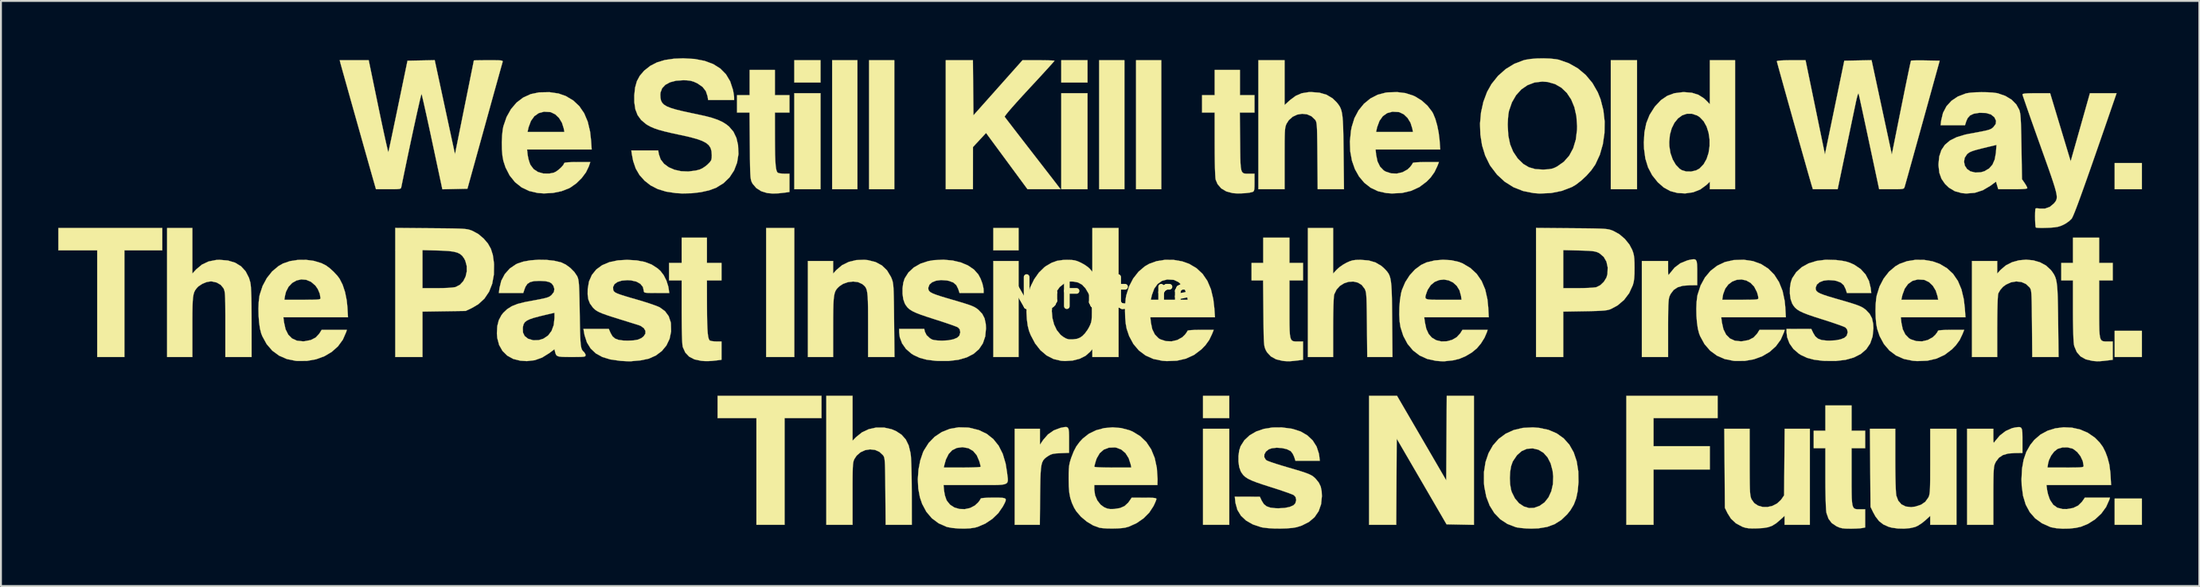
<source format=kicad_pcb>
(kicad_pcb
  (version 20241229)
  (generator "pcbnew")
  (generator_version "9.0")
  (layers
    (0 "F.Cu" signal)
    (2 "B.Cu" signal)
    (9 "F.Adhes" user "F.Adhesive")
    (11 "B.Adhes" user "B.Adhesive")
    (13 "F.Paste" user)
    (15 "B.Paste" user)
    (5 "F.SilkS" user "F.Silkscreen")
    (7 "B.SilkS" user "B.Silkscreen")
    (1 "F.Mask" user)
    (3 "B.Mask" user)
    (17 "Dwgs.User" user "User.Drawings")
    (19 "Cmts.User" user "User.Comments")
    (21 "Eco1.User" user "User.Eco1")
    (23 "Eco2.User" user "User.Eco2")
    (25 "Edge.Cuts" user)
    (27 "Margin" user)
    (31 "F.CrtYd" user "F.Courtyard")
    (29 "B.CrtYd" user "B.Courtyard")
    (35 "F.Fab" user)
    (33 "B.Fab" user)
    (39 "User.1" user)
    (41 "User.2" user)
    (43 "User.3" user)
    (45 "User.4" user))
  (footprint "NoFuture"
    (layer "F.Cu")
    (at 54.513 12.297)
    (property "Reference" "NoFuture" (at 0 0 0) (layer "F.SilkS") (effects (font (size 1.524 1.524) (thickness 0.3))))
    (attr through_hole)
    (fp_poly (pts (xy -16.002 3.353) (xy -17.475 3.353) (xy -17.475 -3.404) (xy -16.002 -3.404) (xy -16.002 3.353)) (stroke (width 0.01) (type solid)) (fill yes) (layer "F.SilkS"))
    (fp_poly (pts (xy -14.63 -11.024) (xy -16.002 -11.024) (xy -16.002 -12.192) (xy -14.63 -12.192) (xy -14.63 -11.024)) (stroke (width 0.01) (type solid)) (fill yes) (layer "F.SilkS"))
    (fp_poly (pts (xy -14.63 -5.436) (xy -16.002 -5.436) (xy -16.002 -10.465) (xy -14.63 -10.465) (xy -14.63 -5.436)) (stroke (width 0.01) (type solid)) (fill yes) (layer "F.SilkS"))
    (fp_poly (pts (xy -12.7 -5.436) (xy -14.021 -5.436) (xy -14.021 -12.192) (xy -12.7 -12.192) (xy -12.7 -5.436)) (stroke (width 0.01) (type solid)) (fill yes) (layer "F.SilkS"))
    (fp_poly (pts (xy -10.77 -5.436) (xy -12.09 -5.436) (xy -12.09 -12.192) (xy -10.77 -12.192) (xy -10.77 -5.436)) (stroke (width 0.01) (type solid)) (fill yes) (layer "F.SilkS"))
    (fp_poly (pts (xy -4.267 -2.235) (xy -5.588 -2.235) (xy -5.588 -3.404) (xy -4.267 -3.404) (xy -4.267 -2.235)) (stroke (width 0.01) (type solid)) (fill yes) (layer "F.SilkS"))
    (fp_poly (pts (xy -4.267 3.353) (xy -5.588 3.353) (xy -5.588 -1.676) (xy -4.267 -1.676) (xy -4.267 3.353)) (stroke (width 0.01) (type solid)) (fill yes) (layer "F.SilkS"))
    (fp_poly (pts (xy -0.66 -11.024) (xy -2.032 -11.024) (xy -2.032 -12.192) (xy -0.66 -12.192) (xy -0.66 -11.024)) (stroke (width 0.01) (type solid)) (fill yes) (layer "F.SilkS"))
    (fp_poly (pts (xy -0.66 -5.436) (xy -2.032 -5.436) (xy -2.032 -10.465) (xy -0.66 -10.465) (xy -0.66 -5.436)) (stroke (width 0.01) (type solid)) (fill yes) (layer "F.SilkS"))
    (fp_poly (pts (xy 1.27 -5.436) (xy -0.051 -5.436) (xy -0.051 -12.192) (xy 1.27 -12.192) (xy 1.27 -5.436)) (stroke (width 0.01) (type solid)) (fill yes) (layer "F.SilkS"))
    (fp_poly (pts (xy 3.2 -5.436) (xy 1.88 -5.436) (xy 1.88 -12.192) (xy 3.2 -12.192) (xy 3.2 -5.436)) (stroke (width 0.01) (type solid)) (fill yes) (layer "F.SilkS"))
    (fp_poly (pts (xy 6.756 6.553) (xy 5.385 6.553) (xy 5.385 5.385) (xy 6.756 5.385) (xy 6.756 6.553)) (stroke (width 0.01) (type solid)) (fill yes) (layer "F.SilkS"))
    (fp_poly (pts (xy 6.756 12.141) (xy 5.385 12.141) (xy 5.385 7.112) (xy 6.756 7.112) (xy 6.756 12.141)) (stroke (width 0.01) (type solid)) (fill yes) (layer "F.SilkS"))
    (fp_poly (pts (xy 28.092 -5.436) (xy 26.721 -5.436) (xy 26.721 -12.192) (xy 28.092 -12.192) (xy 28.092 -5.436)) (stroke (width 0.01) (type solid)) (fill yes) (layer "F.SilkS"))
    (fp_poly (pts (xy 54.508 -5.436) (xy 53.086 -5.436) (xy 53.086 -6.807) (xy 54.508 -6.807) (xy 54.508 -5.436)) (stroke (width 0.01) (type solid)) (fill yes) (layer "F.SilkS"))
    (fp_poly (pts (xy 54.508 3.353) (xy 53.086 3.353) (xy 53.086 1.981) (xy 54.508 1.981) (xy 54.508 3.353)) (stroke (width 0.01) (type solid)) (fill yes) (layer "F.SilkS"))
    (fp_poly (pts (xy 54.508 12.141) (xy 53.086 12.141) (xy 53.086 10.77) (xy 54.508 10.77) (xy 54.508 12.141)) (stroke (width 0.01) (type solid)) (fill yes) (layer "F.SilkS"))
    (fp_poly (pts (xy -49.073 -2.235) (xy -51.054 -2.235) (xy -51.054 3.353) (xy -52.476 3.353) (xy -52.476 -2.235) (xy -54.508 -2.235) (xy -54.508 -3.404) (xy -49.073 -3.404) (xy -49.073 -2.235)) (stroke (width 0.01) (type solid)) (fill yes) (layer "F.SilkS"))
    (fp_poly (pts (xy -14.58 6.553) (xy -16.51 6.553) (xy -16.51 12.141) (xy -17.983 12.141) (xy -17.983 6.553) (xy -20.015 6.553) (xy -20.015 5.385) (xy -14.58 5.385) (xy -14.58 6.553)) (stroke (width 0.01) (type solid)) (fill yes) (layer "F.SilkS"))
    (fp_poly (pts (xy 32.309 6.553) (xy 28.956 6.553) (xy 28.956 8.026) (xy 31.902 8.026) (xy 31.902 9.246) (xy 28.956 9.246) (xy 28.956 12.141) (xy 27.534 12.141) (xy 27.534 5.385) (xy 32.309 5.385) (xy 32.309 6.553)) (stroke (width 0.01) (type solid)) (fill yes) (layer "F.SilkS"))
    (fp_poly (pts (xy 16.822 7.599) (xy 18.11 9.814) (xy 18.123 7.599) (xy 18.137 5.385) (xy 19.558 5.385) (xy 19.558 12.144) (xy 18.842 12.13) (xy 18.126 12.116) (xy 16.823 9.873) (xy 15.519 7.63) (xy 15.506 9.885) (xy 15.493 12.141) (xy 14.072 12.141) (xy 14.072 5.385) (xy 15.534 5.385) (xy 16.822 7.599)) (stroke (width 0.01) (type solid)) (fill yes) (layer "F.SilkS"))
    (fp_poly (pts (xy -1.695 7.049) (xy -1.652 7.13) (xy -1.632 7.276) (xy -1.626 7.501) (xy -1.626 7.715) (xy -1.626 8.372) (xy -2.074 8.39) (xy -2.307 8.403) (xy -2.47 8.426) (xy -2.594 8.467) (xy -2.711 8.532) (xy -2.726 8.543) (xy -2.831 8.615) (xy -2.915 8.688) (xy -2.982 8.772) (xy -3.033 8.879) (xy -3.071 9.02) (xy -3.097 9.207) (xy -3.115 9.45) (xy -3.127 9.762) (xy -3.134 10.153) (xy -3.14 10.604) (xy -3.155 12.141) (xy -4.47 12.141) (xy -4.47 7.112) (xy -3.15 7.112) (xy -3.15 7.949) (xy -2.975 7.69) (xy -2.728 7.407) (xy -2.421 7.194) (xy -2.076 7.065) (xy -2.05 7.06) (xy -1.885 7.027) (xy -1.77 7.019) (xy -1.695 7.049)) (stroke (width 0.01) (type solid)) (fill yes) (layer "F.SilkS"))
    (fp_poly (pts (xy 31.169 -1.734) (xy 31.214 -1.647) (xy 31.235 -1.493) (xy 31.242 -1.259) (xy 31.242 -1.063) (xy 31.242 -0.406) (xy 30.848 -0.405) (xy 30.495 -0.38) (xy 30.22 -0.3) (xy 30.01 -0.161) (xy 29.854 0.045) (xy 29.796 0.165) (xy 29.773 0.237) (xy 29.754 0.336) (xy 29.741 0.474) (xy 29.73 0.662) (xy 29.724 0.912) (xy 29.72 1.235) (xy 29.718 1.643) (xy 29.718 1.853) (xy 29.718 3.353) (xy 28.346 3.353) (xy 28.346 -1.676) (xy 29.718 -1.676) (xy 29.718 -1.284) (xy 29.719 -1.089) (xy 29.725 -0.981) (xy 29.741 -0.947) (xy 29.77 -0.972) (xy 29.802 -1.017) (xy 30.061 -1.333) (xy 30.363 -1.559) (xy 30.719 -1.704) (xy 30.812 -1.728) (xy 30.977 -1.761) (xy 31.093 -1.768) (xy 31.169 -1.734)) (stroke (width 0.01) (type solid)) (fill yes) (layer "F.SilkS"))
    (fp_poly (pts (xy 48.134 7.027) (xy 48.199 7.067) (xy 48.237 7.157) (xy 48.255 7.313) (xy 48.26 7.548) (xy 48.26 7.727) (xy 48.26 8.382) (xy 47.866 8.383) (xy 47.513 8.409) (xy 47.238 8.488) (xy 47.028 8.627) (xy 46.872 8.833) (xy 46.814 8.954) (xy 46.791 9.026) (xy 46.772 9.125) (xy 46.759 9.262) (xy 46.748 9.45) (xy 46.742 9.7) (xy 46.738 10.024) (xy 46.736 10.432) (xy 46.736 10.641) (xy 46.736 12.141) (xy 45.364 12.141) (xy 45.364 7.112) (xy 46.736 7.112) (xy 46.736 7.504) (xy 46.737 7.699) (xy 46.743 7.807) (xy 46.759 7.841) (xy 46.788 7.816) (xy 46.82 7.771) (xy 47.076 7.465) (xy 47.379 7.231) (xy 47.714 7.082) (xy 47.888 7.043) (xy 48.032 7.024) (xy 48.134 7.027)) (stroke (width 0.01) (type solid)) (fill yes) (layer "F.SilkS"))
    (fp_poly (pts (xy -20.574 -1.575) (xy -19.812 -1.575) (xy -19.812 -0.66) (xy -20.574 -0.66) (xy -20.571 0.648) (xy -20.568 1.142) (xy -20.561 1.543) (xy -20.549 1.861) (xy -20.532 2.104) (xy -20.509 2.281) (xy -20.479 2.4) (xy -20.441 2.472) (xy -20.416 2.494) (xy -20.327 2.519) (xy -20.178 2.536) (xy -20.079 2.539) (xy -19.812 2.54) (xy -19.812 3.499) (xy -20.028 3.526) (xy -20.304 3.557) (xy -20.519 3.569) (xy -20.71 3.566) (xy -20.88 3.551) (xy -21.23 3.476) (xy -21.504 3.333) (xy -21.705 3.121) (xy -21.833 2.839) (xy -21.839 2.819) (xy -21.856 2.703) (xy -21.87 2.493) (xy -21.881 2.195) (xy -21.889 1.816) (xy -21.893 1.364) (xy -21.895 0.978) (xy -21.895 -0.66) (xy -22.555 -0.66) (xy -22.555 -1.575) (xy -21.895 -1.575) (xy -21.895 -2.896) (xy -20.574 -2.896) (xy -20.574 -1.575)) (stroke (width 0.01) (type solid)) (fill yes) (layer "F.SilkS"))
    (fp_poly (pts (xy 52.273 -1.575) (xy 52.984 -1.575) (xy 52.984 -0.66) (xy 52.273 -0.66) (xy 52.273 0.827) (xy 52.273 1.289) (xy 52.276 1.659) (xy 52.282 1.948) (xy 52.297 2.166) (xy 52.32 2.322) (xy 52.356 2.428) (xy 52.407 2.492) (xy 52.476 2.526) (xy 52.564 2.538) (xy 52.675 2.54) (xy 52.708 2.54) (xy 52.984 2.54) (xy 52.984 3.499) (xy 52.743 3.529) (xy 52.494 3.558) (xy 52.313 3.573) (xy 52.165 3.576) (xy 52.017 3.566) (xy 51.912 3.554) (xy 51.57 3.473) (xy 51.3 3.321) (xy 51.103 3.097) (xy 50.977 2.802) (xy 50.953 2.696) (xy 50.94 2.576) (xy 50.928 2.371) (xy 50.918 2.094) (xy 50.91 1.762) (xy 50.904 1.39) (xy 50.902 0.994) (xy 50.902 0.882) (xy 50.902 -0.66) (xy 50.292 -0.66) (xy 50.292 -1.575) (xy 50.902 -1.575) (xy 50.902 -2.896) (xy 52.273 -2.896) (xy 52.273 -1.575)) (stroke (width 0.01) (type solid)) (fill yes) (layer "F.SilkS"))
    (fp_poly (pts (xy -17.018 -10.363) (xy -16.256 -10.363) (xy -16.256 -9.449) (xy -17.018 -9.449) (xy -17.016 -8.115) (xy -17.013 -7.628) (xy -17.007 -7.232) (xy -16.995 -6.92) (xy -16.978 -6.682) (xy -16.955 -6.509) (xy -16.925 -6.391) (xy -16.887 -6.319) (xy -16.859 -6.294) (xy -16.77 -6.269) (xy -16.622 -6.252) (xy -16.523 -6.249) (xy -16.256 -6.248) (xy -16.256 -5.292) (xy -16.447 -5.264) (xy -16.819 -5.221) (xy -17.123 -5.21) (xy -17.387 -5.232) (xy -17.424 -5.237) (xy -17.733 -5.332) (xy -17.993 -5.499) (xy -18.183 -5.723) (xy -18.207 -5.766) (xy -18.236 -5.825) (xy -18.259 -5.89) (xy -18.277 -5.971) (xy -18.292 -6.079) (xy -18.302 -6.227) (xy -18.311 -6.425) (xy -18.317 -6.684) (xy -18.322 -7.016) (xy -18.326 -7.432) (xy -18.329 -7.709) (xy -18.344 -9.449) (xy -18.999 -9.449) (xy -18.999 -10.363) (xy -18.339 -10.363) (xy -18.339 -11.684) (xy -17.018 -11.684) (xy -17.018 -10.363)) (stroke (width 0.01) (type solid)) (fill yes) (layer "F.SilkS"))
    (fp_poly (pts (xy 9.906 -1.575) (xy 10.617 -1.575) (xy 10.617 -0.66) (xy 9.906 -0.66) (xy 9.906 0.827) (xy 9.906 1.289) (xy 9.908 1.659) (xy 9.915 1.948) (xy 9.929 2.166) (xy 9.953 2.322) (xy 9.989 2.428) (xy 10.04 2.492) (xy 10.109 2.526) (xy 10.197 2.538) (xy 10.308 2.54) (xy 10.341 2.54) (xy 10.617 2.54) (xy 10.617 3.499) (xy 10.376 3.529) (xy 10.127 3.558) (xy 9.945 3.573) (xy 9.797 3.575) (xy 9.648 3.566) (xy 9.542 3.554) (xy 9.206 3.473) (xy 8.933 3.321) (xy 8.732 3.104) (xy 8.679 3.011) (xy 8.647 2.943) (xy 8.621 2.875) (xy 8.6 2.797) (xy 8.585 2.696) (xy 8.573 2.562) (xy 8.564 2.381) (xy 8.557 2.144) (xy 8.552 1.838) (xy 8.548 1.452) (xy 8.544 1.054) (xy 8.528 -0.66) (xy 7.925 -0.66) (xy 7.925 -1.575) (xy 8.534 -1.575) (xy 8.534 -2.896) (xy 9.906 -2.896) (xy 9.906 -1.575)) (stroke (width 0.01) (type solid)) (fill yes) (layer "F.SilkS"))
    (fp_poly (pts (xy 33.986 8.852) (xy 33.987 9.322) (xy 33.989 9.702) (xy 33.992 10.003) (xy 33.997 10.237) (xy 34.005 10.414) (xy 34.017 10.547) (xy 34.032 10.646) (xy 34.052 10.723) (xy 34.077 10.789) (xy 34.086 10.81) (xy 34.226 11.006) (xy 34.425 11.138) (xy 34.662 11.206) (xy 34.92 11.21) (xy 35.179 11.15) (xy 35.418 11.027) (xy 35.619 10.842) (xy 35.662 10.783) (xy 35.789 10.599) (xy 35.803 8.856) (xy 35.818 7.112) (xy 37.135 7.112) (xy 37.135 12.141) (xy 35.814 12.141) (xy 35.814 11.671) (xy 35.59 11.877) (xy 35.371 12.063) (xy 35.168 12.19) (xy 34.95 12.269) (xy 34.69 12.312) (xy 34.392 12.329) (xy 34.124 12.333) (xy 33.928 12.324) (xy 33.774 12.299) (xy 33.632 12.255) (xy 33.604 12.244) (xy 33.269 12.065) (xy 33.009 11.822) (xy 32.833 11.543) (xy 32.69 11.252) (xy 32.675 9.182) (xy 32.66 7.112) (xy 33.985 7.112) (xy 33.986 8.852)) (stroke (width 0.01) (type solid)) (fill yes) (layer "F.SilkS"))
    (fp_poly (pts (xy 39.319 7.214) (xy 40.03 7.214) (xy 40.03 8.128) (xy 39.319 8.128) (xy 39.319 9.615) (xy 39.319 10.077) (xy 39.322 10.448) (xy 39.328 10.737) (xy 39.343 10.954) (xy 39.366 11.111) (xy 39.402 11.216) (xy 39.453 11.281) (xy 39.522 11.314) (xy 39.61 11.327) (xy 39.721 11.328) (xy 39.754 11.328) (xy 40.03 11.328) (xy 40.03 12.281) (xy 39.872 12.313) (xy 39.749 12.327) (xy 39.559 12.338) (xy 39.335 12.344) (xy 39.247 12.344) (xy 39.003 12.34) (xy 38.828 12.323) (xy 38.687 12.287) (xy 38.546 12.227) (xy 38.529 12.218) (xy 38.283 12.052) (xy 38.114 11.83) (xy 38.011 11.54) (xy 37.999 11.484) (xy 37.986 11.365) (xy 37.974 11.159) (xy 37.964 10.882) (xy 37.956 10.551) (xy 37.95 10.179) (xy 37.948 9.782) (xy 37.948 9.67) (xy 37.948 8.128) (xy 37.338 8.128) (xy 37.338 7.214) (xy 37.948 7.214) (xy 37.948 5.893) (xy 39.319 5.893) (xy 39.319 7.214)) (stroke (width 0.01) (type solid)) (fill yes) (layer "F.SilkS"))
    (fp_poly (pts (xy 7.315 -10.363) (xy 8.077 -10.363) (xy 8.077 -9.449) (xy 7.693 -9.449) (xy 7.308 -9.449) (xy 7.325 -7.921) (xy 7.329 -7.464) (xy 7.334 -7.1) (xy 7.343 -6.816) (xy 7.359 -6.603) (xy 7.384 -6.452) (xy 7.421 -6.35) (xy 7.474 -6.29) (xy 7.545 -6.259) (xy 7.637 -6.249) (xy 7.754 -6.248) (xy 7.808 -6.248) (xy 8.077 -6.248) (xy 8.077 -5.79) (xy 8.075 -5.571) (xy 8.067 -5.433) (xy 8.047 -5.353) (xy 8.01 -5.311) (xy 7.963 -5.289) (xy 7.809 -5.254) (xy 7.59 -5.229) (xy 7.341 -5.216) (xy 7.101 -5.219) (xy 6.932 -5.233) (xy 6.602 -5.321) (xy 6.338 -5.479) (xy 6.146 -5.701) (xy 6.047 -5.932) (xy 6.033 -6.036) (xy 6.021 -6.231) (xy 6.01 -6.507) (xy 6.002 -6.852) (xy 5.997 -7.258) (xy 5.995 -7.713) (xy 5.995 -7.785) (xy 5.994 -9.449) (xy 5.334 -9.449) (xy 5.334 -10.363) (xy 5.994 -10.363) (xy 5.994 -11.684) (xy 7.315 -11.684) (xy 7.315 -10.363)) (stroke (width 0.01) (type solid)) (fill yes) (layer "F.SilkS"))
    (fp_poly (pts (xy 41.605 8.735) (xy 41.607 9.193) (xy 41.612 9.608) (xy 41.62 9.969) (xy 41.631 10.263) (xy 41.644 10.48) (xy 41.659 10.607) (xy 41.659 10.611) (xy 41.76 10.878) (xy 41.926 11.07) (xy 42.153 11.184) (xy 42.433 11.216) (xy 42.653 11.188) (xy 42.952 11.091) (xy 43.175 10.937) (xy 43.333 10.717) (xy 43.334 10.717) (xy 43.361 10.658) (xy 43.383 10.592) (xy 43.4 10.508) (xy 43.413 10.394) (xy 43.422 10.24) (xy 43.428 10.033) (xy 43.432 9.763) (xy 43.433 9.417) (xy 43.434 8.986) (xy 43.434 8.816) (xy 43.434 7.112) (xy 44.806 7.112) (xy 44.806 12.141) (xy 43.434 12.141) (xy 43.434 11.674) (xy 43.164 11.92) (xy 42.977 12.069) (xy 42.776 12.195) (xy 42.643 12.256) (xy 42.383 12.316) (xy 42.068 12.343) (xy 41.736 12.335) (xy 41.429 12.293) (xy 41.261 12.248) (xy 40.981 12.123) (xy 40.759 11.95) (xy 40.573 11.711) (xy 40.446 11.481) (xy 40.31 11.201) (xy 40.279 7.112) (xy 41.605 7.112) (xy 41.605 8.735)) (stroke (width 0.01) (type solid)) (fill yes) (layer "F.SilkS"))
    (fp_poly (pts (xy -6.643 -10.749) (xy -6.629 -9.306) (xy -4.062 -12.192) (xy -3.225 -12.192) (xy -2.946 -12.19) (xy -2.707 -12.186) (xy -2.523 -12.179) (xy -2.413 -12.171) (xy -2.388 -12.164) (xy -2.421 -12.122) (xy -2.516 -12.013) (xy -2.666 -11.847) (xy -2.862 -11.631) (xy -3.097 -11.374) (xy -3.364 -11.084) (xy -3.656 -10.77) (xy -3.709 -10.712) (xy -4.059 -10.333) (xy -4.359 -10.002) (xy -4.606 -9.724) (xy -4.796 -9.503) (xy -4.924 -9.344) (xy -4.988 -9.251) (xy -4.994 -9.229) (xy -4.956 -9.177) (xy -4.862 -9.054) (xy -4.719 -8.868) (xy -4.534 -8.627) (xy -4.314 -8.341) (xy -4.065 -8.019) (xy -3.794 -7.668) (xy -3.658 -7.493) (xy -3.374 -7.126) (xy -3.104 -6.777) (xy -2.856 -6.457) (xy -2.638 -6.175) (xy -2.456 -5.94) (xy -2.319 -5.762) (xy -2.233 -5.65) (xy -2.215 -5.626) (xy -2.071 -5.436) (xy -3.799 -5.436) (xy -5.969 -8.383) (xy -6.311 -8.014) (xy -6.653 -7.645) (xy -6.654 -6.54) (xy -6.655 -5.436) (xy -8.077 -5.436) (xy -8.077 -12.192) (xy -6.656 -12.192) (xy -6.643 -10.749)) (stroke (width 0.01) (type solid)) (fill yes) (layer "F.SilkS"))
    (fp_poly (pts (xy -47.498 -1.018) (xy -47.295 -1.239) (xy -46.998 -1.487) (xy -46.647 -1.652) (xy -46.244 -1.731) (xy -46.079 -1.738) (xy -45.637 -1.701) (xy -45.261 -1.588) (xy -44.952 -1.399) (xy -44.71 -1.134) (xy -44.536 -0.795) (xy -44.468 -0.566) (xy -44.448 -0.448) (xy -44.432 -0.275) (xy -44.42 -0.039) (xy -44.41 0.268) (xy -44.404 0.654) (xy -44.401 1.128) (xy -44.4 1.537) (xy -44.399 3.353) (xy -45.771 3.353) (xy -45.771 1.649) (xy -45.771 1.185) (xy -45.773 0.811) (xy -45.776 0.516) (xy -45.781 0.288) (xy -45.789 0.117) (xy -45.8 -0.009) (xy -45.816 -0.102) (xy -45.836 -0.172) (xy -45.861 -0.232) (xy -45.87 -0.25) (xy -46.014 -0.426) (xy -46.225 -0.549) (xy -46.478 -0.606) (xy -46.547 -0.608) (xy -46.755 -0.572) (xy -46.98 -0.479) (xy -47.174 -0.351) (xy -47.229 -0.298) (xy -47.301 -0.215) (xy -47.358 -0.132) (xy -47.404 -0.036) (xy -47.438 0.084) (xy -47.463 0.239) (xy -47.48 0.442) (xy -47.49 0.704) (xy -47.496 1.037) (xy -47.498 1.451) (xy -47.498 1.776) (xy -47.498 3.353) (xy -48.819 3.353) (xy -48.819 -3.404) (xy -47.498 -3.404) (xy -47.498 -1.018)) (stroke (width 0.01) (type solid)) (fill yes) (layer "F.SilkS"))
    (fp_poly (pts (xy -12.954 7.737) (xy -12.775 7.553) (xy -12.464 7.302) (xy -12.105 7.133) (xy -11.715 7.047) (xy -11.312 7.047) (xy -10.912 7.136) (xy -10.67 7.239) (xy -10.385 7.428) (xy -10.169 7.673) (xy -10.017 7.984) (xy -9.924 8.37) (xy -9.903 8.527) (xy -9.892 8.69) (xy -9.881 8.938) (xy -9.872 9.253) (xy -9.864 9.618) (xy -9.859 10.017) (xy -9.856 10.432) (xy -9.856 10.554) (xy -9.855 12.141) (xy -11.222 12.141) (xy -11.237 10.392) (xy -11.241 9.924) (xy -11.246 9.546) (xy -11.251 9.247) (xy -11.257 9.018) (xy -11.266 8.848) (xy -11.278 8.724) (xy -11.293 8.637) (xy -11.312 8.576) (xy -11.337 8.53) (xy -11.357 8.5) (xy -11.546 8.322) (xy -11.778 8.219) (xy -12.034 8.19) (xy -12.293 8.231) (xy -12.535 8.341) (xy -12.738 8.516) (xy -12.851 8.685) (xy -12.88 8.746) (xy -12.903 8.812) (xy -12.92 8.897) (xy -12.933 9.01) (xy -12.942 9.165) (xy -12.948 9.372) (xy -12.952 9.643) (xy -12.954 9.991) (xy -12.954 10.427) (xy -12.954 10.514) (xy -12.954 12.141) (xy -14.326 12.141) (xy -14.326 5.385) (xy -12.954 5.385) (xy -12.954 7.737)) (stroke (width 0.01) (type solid)) (fill yes) (layer "F.SilkS"))
    (fp_poly (pts (xy 9.652 -9.845) (xy 9.931 -10.1) (xy 10.23 -10.324) (xy 10.548 -10.462) (xy 10.912 -10.521) (xy 11.041 -10.525) (xy 11.476 -10.492) (xy 11.847 -10.384) (xy 12.158 -10.199) (xy 12.365 -9.999) (xy 12.449 -9.897) (xy 12.519 -9.799) (xy 12.575 -9.694) (xy 12.62 -9.571) (xy 12.655 -9.421) (xy 12.681 -9.231) (xy 12.701 -8.993) (xy 12.715 -8.694) (xy 12.725 -8.326) (xy 12.732 -7.876) (xy 12.739 -7.353) (xy 12.759 -5.436) (xy 11.384 -5.436) (xy 11.369 -7.185) (xy 11.365 -7.653) (xy 11.36 -8.031) (xy 11.355 -8.329) (xy 11.349 -8.558) (xy 11.34 -8.729) (xy 11.328 -8.853) (xy 11.313 -8.939) (xy 11.294 -9.001) (xy 11.269 -9.047) (xy 11.249 -9.077) (xy 11.06 -9.256) (xy 10.828 -9.359) (xy 10.573 -9.387) (xy 10.316 -9.345) (xy 10.077 -9.234) (xy 9.876 -9.057) (xy 9.76 -8.877) (xy 9.73 -8.811) (xy 9.706 -8.742) (xy 9.687 -8.658) (xy 9.674 -8.547) (xy 9.664 -8.397) (xy 9.658 -8.197) (xy 9.654 -7.934) (xy 9.653 -7.597) (xy 9.652 -7.173) (xy 9.652 -7.045) (xy 9.652 -5.436) (xy 8.28 -5.436) (xy 8.28 -12.192) (xy 9.652 -12.192) (xy 9.652 -9.845)) (stroke (width 0.01) (type solid)) (fill yes) (layer "F.SilkS"))
    (fp_poly (pts (xy 48.823 -1.711) (xy 49.175 -1.609) (xy 49.487 -1.442) (xy 49.743 -1.207) (xy 49.77 -1.174) (xy 49.85 -1.065) (xy 49.917 -0.96) (xy 49.971 -0.848) (xy 50.014 -0.718) (xy 50.047 -0.56) (xy 50.073 -0.362) (xy 50.091 -0.114) (xy 50.105 0.195) (xy 50.114 0.575) (xy 50.122 1.038) (xy 50.127 1.46) (xy 50.149 3.353) (xy 48.773 3.353) (xy 48.758 1.604) (xy 48.753 1.135) (xy 48.749 0.757) (xy 48.744 0.459) (xy 48.737 0.23) (xy 48.729 0.059) (xy 48.717 -0.064) (xy 48.702 -0.151) (xy 48.682 -0.212) (xy 48.658 -0.258) (xy 48.637 -0.288) (xy 48.446 -0.47) (xy 48.205 -0.576) (xy 47.936 -0.606) (xy 47.658 -0.559) (xy 47.391 -0.436) (xy 47.241 -0.322) (xy 47.102 -0.165) (xy 47.006 0.000348) (xy 46.991 0.043) (xy 46.977 0.144) (xy 46.965 0.334) (xy 46.955 0.601) (xy 46.947 0.932) (xy 46.942 1.315) (xy 46.94 1.737) (xy 46.939 1.791) (xy 46.939 3.353) (xy 45.618 3.353) (xy 45.618 -1.676) (xy 46.939 -1.676) (xy 46.939 -1.016) (xy 47.114 -1.21) (xy 47.389 -1.445) (xy 47.716 -1.612) (xy 48.076 -1.712) (xy 48.451 -1.745) (xy 48.823 -1.711)) (stroke (width 0.01) (type solid)) (fill yes) (layer "F.SilkS"))
    (fp_poly (pts (xy -35.014 -3.393) (xy -34.529 -3.389) (xy -34.134 -3.385) (xy -33.817 -3.38) (xy -33.569 -3.373) (xy -33.377 -3.365) (xy -33.23 -3.353) (xy -33.117 -3.339) (xy -33.027 -3.319) (xy -32.948 -3.295) (xy -32.868 -3.265) (xy -32.843 -3.255) (xy -32.539 -3.091) (xy -32.254 -2.849) (xy -32.033 -2.591) (xy -31.877 -2.312) (xy -31.776 -1.991) (xy -31.722 -1.603) (xy -31.714 -1.499) (xy -31.722 -0.965) (xy -31.809 -0.485) (xy -31.974 -0.065) (xy -32.215 0.293) (xy -32.53 0.584) (xy -32.86 0.78) (xy -33.198 0.94) (xy -34.328 0.957) (xy -35.458 0.974) (xy -35.458 3.353) (xy -36.881 3.353) (xy -36.881 -0.254) (xy -35.458 -0.254) (xy -34.69 -0.254) (xy -34.383 -0.258) (xy -34.108 -0.269) (xy -33.886 -0.287) (xy -33.74 -0.309) (xy -33.722 -0.314) (xy -33.499 -0.43) (xy -33.323 -0.619) (xy -33.201 -0.859) (xy -33.139 -1.131) (xy -33.142 -1.415) (xy -33.216 -1.689) (xy -33.282 -1.817) (xy -33.378 -1.947) (xy -33.492 -2.045) (xy -33.64 -2.117) (xy -33.838 -2.167) (xy -34.1 -2.2) (xy -34.441 -2.219) (xy -34.633 -2.225) (xy -35.458 -2.247) (xy -35.458 -0.254) (xy -36.881 -0.254) (xy -36.881 -3.409) (xy -35.014 -3.393)) (stroke (width 0.01) (type solid)) (fill yes) (layer "F.SilkS"))
    (fp_poly (pts (xy -12.148 -1.721) (xy -11.752 -1.622) (xy -11.42 -1.444) (xy -11.152 -1.187) (xy -10.949 -0.851) (xy -10.91 -0.762) (xy -10.882 -0.686) (xy -10.858 -0.608) (xy -10.84 -0.519) (xy -10.825 -0.406) (xy -10.813 -0.258) (xy -10.804 -0.065) (xy -10.797 0.184) (xy -10.791 0.501) (xy -10.786 0.896) (xy -10.781 1.381) (xy -10.78 1.435) (xy -10.761 3.353) (xy -12.141 3.353) (xy -12.141 1.664) (xy -12.142 1.172) (xy -12.144 0.772) (xy -12.151 0.451) (xy -12.162 0.2) (xy -12.181 0.007) (xy -12.207 -0.138) (xy -12.244 -0.245) (xy -12.292 -0.327) (xy -12.354 -0.393) (xy -12.43 -0.455) (xy -12.453 -0.472) (xy -12.663 -0.569) (xy -12.92 -0.601) (xy -13.191 -0.57) (xy -13.447 -0.48) (xy -13.619 -0.369) (xy -13.711 -0.288) (xy -13.784 -0.208) (xy -13.843 -0.117) (xy -13.887 -0.003) (xy -13.919 0.145) (xy -13.942 0.338) (xy -13.956 0.587) (xy -13.964 0.904) (xy -13.968 1.301) (xy -13.969 1.765) (xy -13.97 3.353) (xy -15.291 3.353) (xy -15.291 -1.676) (xy -13.97 -1.676) (xy -13.97 -1.016) (xy -13.795 -1.21) (xy -13.507 -1.454) (xy -13.158 -1.627) (xy -12.761 -1.724) (xy -12.331 -1.739) (xy -12.148 -1.721)) (stroke (width 0.01) (type solid)) (fill yes) (layer "F.SilkS"))
    (fp_poly (pts (xy 12.192 -1.016) (xy 12.375 -1.219) (xy 12.521 -1.35) (xy 12.715 -1.486) (xy 12.88 -1.58) (xy 13.061 -1.662) (xy 13.215 -1.71) (xy 13.384 -1.732) (xy 13.611 -1.738) (xy 13.624 -1.738) (xy 14.048 -1.705) (xy 14.406 -1.601) (xy 14.711 -1.422) (xy 14.845 -1.305) (xy 14.943 -1.206) (xy 15.025 -1.112) (xy 15.092 -1.015) (xy 15.145 -0.902) (xy 15.186 -0.764) (xy 15.217 -0.591) (xy 15.239 -0.372) (xy 15.255 -0.096) (xy 15.266 0.246) (xy 15.273 0.666) (xy 15.278 1.172) (xy 15.28 1.384) (xy 15.296 3.353) (xy 13.977 3.353) (xy 13.961 1.664) (xy 13.956 1.202) (xy 13.951 0.831) (xy 13.945 0.538) (xy 13.938 0.313) (xy 13.928 0.143) (xy 13.915 0.018) (xy 13.898 -0.074) (xy 13.877 -0.144) (xy 13.85 -0.205) (xy 13.84 -0.224) (xy 13.687 -0.422) (xy 13.485 -0.546) (xy 13.252 -0.6) (xy 13.007 -0.587) (xy 12.767 -0.51) (xy 12.549 -0.374) (xy 12.372 -0.182) (xy 12.253 0.064) (xy 12.245 0.09) (xy 12.23 0.195) (xy 12.218 0.389) (xy 12.207 0.661) (xy 12.199 1) (xy 12.194 1.393) (xy 12.192 1.816) (xy 12.192 3.353) (xy 10.871 3.353) (xy 10.871 -3.404) (xy 12.192 -3.404) (xy 12.192 -1.016)) (stroke (width 0.01) (type solid)) (fill yes) (layer "F.SilkS"))
    (fp_poly (pts (xy 33.223 -5.436) (xy 31.902 -5.436) (xy 31.902 -5.829) (xy 31.712 -5.649) (xy 31.397 -5.42) (xy 31.029 -5.275) (xy 30.616 -5.216) (xy 30.216 -5.238) (xy 29.836 -5.338) (xy 29.49 -5.527) (xy 29.177 -5.803) (xy 28.884 -6.171) (xy 28.67 -6.58) (xy 28.529 -7.04) (xy 28.459 -7.562) (xy 28.449 -7.876) (xy 28.451 -7.91) (xy 29.777 -7.91) (xy 29.784 -7.688) (xy 29.843 -7.324) (xy 29.959 -6.994) (xy 30.121 -6.716) (xy 30.321 -6.508) (xy 30.438 -6.433) (xy 30.667 -6.365) (xy 30.929 -6.363) (xy 31.182 -6.422) (xy 31.359 -6.517) (xy 31.573 -6.737) (xy 31.732 -7.018) (xy 31.837 -7.341) (xy 31.888 -7.691) (xy 31.888 -8.048) (xy 31.836 -8.397) (xy 31.733 -8.718) (xy 31.58 -8.995) (xy 31.377 -9.209) (xy 31.24 -9.298) (xy 30.964 -9.39) (xy 30.7 -9.39) (xy 30.455 -9.305) (xy 30.235 -9.144) (xy 30.05 -8.915) (xy 29.907 -8.628) (xy 29.813 -8.29) (xy 29.777 -7.91) (xy 28.451 -7.91) (xy 28.48 -8.42) (xy 28.579 -8.9) (xy 28.751 -9.33) (xy 29 -9.725) (xy 29.048 -9.788) (xy 29.348 -10.105) (xy 29.674 -10.327) (xy 30.042 -10.463) (xy 30.463 -10.518) (xy 30.571 -10.521) (xy 30.968 -10.487) (xy 31.302 -10.382) (xy 31.59 -10.199) (xy 31.715 -10.083) (xy 31.902 -9.89) (xy 31.902 -12.192) (xy 33.223 -12.192) (xy 33.223 -5.436)) (stroke (width 0.01) (type solid)) (fill yes) (layer "F.SilkS"))
    (fp_poly (pts (xy 24.676 -3.393) (xy 25.161 -3.389) (xy 25.556 -3.385) (xy 25.873 -3.38) (xy 26.121 -3.373) (xy 26.313 -3.365) (xy 26.46 -3.353) (xy 26.573 -3.339) (xy 26.663 -3.319) (xy 26.742 -3.295) (xy 26.822 -3.265) (xy 26.847 -3.255) (xy 27.164 -3.081) (xy 27.455 -2.833) (xy 27.694 -2.537) (xy 27.84 -2.26) (xy 27.893 -2.113) (xy 27.928 -1.969) (xy 27.949 -1.804) (xy 27.96 -1.588) (xy 27.963 -1.321) (xy 27.96 -1.005) (xy 27.945 -0.765) (xy 27.918 -0.577) (xy 27.874 -0.414) (xy 27.872 -0.408) (xy 27.681 0.009) (xy 27.412 0.365) (xy 27.074 0.651) (xy 26.721 0.841) (xy 26.631 0.873) (xy 26.524 0.898) (xy 26.387 0.917) (xy 26.203 0.931) (xy 25.958 0.942) (xy 25.637 0.95) (xy 25.362 0.955) (xy 24.232 0.974) (xy 24.232 3.353) (xy 22.809 3.353) (xy 22.809 -0.254) (xy 24.232 -0.254) (xy 25.006 -0.254) (xy 25.293 -0.258) (xy 25.558 -0.267) (xy 25.778 -0.281) (xy 25.929 -0.298) (xy 25.966 -0.306) (xy 26.175 -0.411) (xy 26.358 -0.588) (xy 26.492 -0.807) (xy 26.545 -0.987) (xy 26.559 -1.337) (xy 26.493 -1.642) (xy 26.35 -1.891) (xy 26.134 -2.076) (xy 26.086 -2.103) (xy 25.995 -2.143) (xy 25.891 -2.173) (xy 25.755 -2.194) (xy 25.569 -2.209) (xy 25.315 -2.22) (xy 25.057 -2.227) (xy 24.232 -2.247) (xy 24.232 -0.254) (xy 22.809 -0.254) (xy 22.809 -3.409) (xy 24.676 -3.393)) (stroke (width 0.01) (type solid)) (fill yes) (layer "F.SilkS"))
    (fp_poly (pts (xy 22.974 7.065) (xy 23.463 7.169) (xy 23.891 7.353) (xy 24.255 7.613) (xy 24.551 7.945) (xy 24.779 8.347) (xy 24.936 8.815) (xy 25.02 9.346) (xy 25.029 9.906) (xy 24.99 10.366) (xy 24.911 10.75) (xy 24.786 11.082) (xy 24.606 11.382) (xy 24.44 11.59) (xy 24.128 11.889) (xy 23.783 12.107) (xy 23.391 12.252) (xy 22.94 12.327) (xy 22.563 12.341) (xy 22.289 12.332) (xy 22.027 12.31) (xy 21.813 12.279) (xy 21.744 12.263) (xy 21.311 12.097) (xy 20.938 11.852) (xy 20.628 11.53) (xy 20.383 11.137) (xy 20.207 10.677) (xy 20.103 10.154) (xy 20.084 9.957) (xy 20.084 9.692) (xy 21.437 9.692) (xy 21.452 10.017) (xy 21.502 10.308) (xy 21.54 10.431) (xy 21.704 10.759) (xy 21.919 11.014) (xy 22.174 11.183) (xy 22.441 11.264) (xy 22.704 11.255) (xy 22.986 11.154) (xy 22.997 11.149) (xy 23.256 10.965) (xy 23.461 10.705) (xy 23.608 10.383) (xy 23.692 10.013) (xy 23.707 9.607) (xy 23.675 9.31) (xy 23.573 8.925) (xy 23.411 8.609) (xy 23.196 8.368) (xy 22.933 8.209) (xy 22.637 8.139) (xy 22.333 8.161) (xy 22.058 8.28) (xy 21.815 8.493) (xy 21.607 8.799) (xy 21.585 8.839) (xy 21.504 9.07) (xy 21.454 9.366) (xy 21.437 9.692) (xy 20.084 9.692) (xy 20.084 9.379) (xy 20.166 8.853) (xy 20.325 8.385) (xy 20.556 7.979) (xy 20.856 7.639) (xy 21.219 7.371) (xy 21.641 7.178) (xy 22.117 7.066) (xy 22.642 7.039) (xy 22.974 7.065)) (stroke (width 0.01) (type solid)) (fill yes) (layer "F.SilkS"))
    (fp_poly (pts (xy 3.846 -1.734) (xy 4.289 -1.658) (xy 4.66 -1.526) (xy 5.045 -1.297) (xy 5.362 -1.001) (xy 5.612 -0.634) (xy 5.798 -0.194) (xy 5.921 0.323) (xy 5.976 0.797) (xy 6.009 1.27) (xy 2.627 1.27) (xy 2.657 1.554) (xy 2.728 1.897) (xy 2.862 2.171) (xy 3.054 2.369) (xy 3.148 2.426) (xy 3.439 2.521) (xy 3.744 2.532) (xy 4.038 2.463) (xy 4.297 2.319) (xy 4.434 2.188) (xy 4.52 2.076) (xy 4.568 1.993) (xy 4.572 1.977) (xy 4.62 1.96) (xy 4.752 1.945) (xy 4.951 1.935) (xy 5.2 1.931) (xy 5.257 1.93) (xy 5.943 1.93) (xy 5.858 2.146) (xy 5.706 2.463) (xy 5.508 2.737) (xy 5.297 2.954) (xy 4.918 3.241) (xy 4.49 3.438) (xy 4.012 3.547) (xy 3.485 3.567) (xy 3.251 3.55) (xy 2.789 3.455) (xy 2.381 3.275) (xy 2.031 3.013) (xy 1.742 2.673) (xy 1.519 2.258) (xy 1.389 1.874) (xy 1.341 1.615) (xy 1.312 1.292) (xy 1.302 0.937) (xy 1.312 0.587) (xy 1.334 0.356) (xy 2.652 0.356) (xy 4.583 0.356) (xy 4.548 0.167) (xy 4.455 -0.128) (xy 4.302 -0.379) (xy 4.105 -0.569) (xy 3.878 -0.679) (xy 3.831 -0.69) (xy 3.511 -0.708) (xy 3.235 -0.635) (xy 3.008 -0.474) (xy 2.831 -0.229) (xy 2.711 0.098) (xy 2.7 0.142) (xy 2.652 0.356) (xy 1.334 0.356) (xy 1.341 0.275) (xy 1.367 0.127) (xy 1.513 -0.34) (xy 1.729 -0.757) (xy 2.008 -1.114) (xy 2.34 -1.397) (xy 2.562 -1.526) (xy 2.955 -1.668) (xy 3.393 -1.738) (xy 3.846 -1.734)) (stroke (width 0.01) (type solid)) (fill yes) (layer "F.SilkS"))
    (fp_poly (pts (xy 43.115 -1.734) (xy 43.557 -1.658) (xy 43.928 -1.526) (xy 44.313 -1.297) (xy 44.63 -1.001) (xy 44.881 -0.634) (xy 45.067 -0.194) (xy 45.19 0.323) (xy 45.245 0.797) (xy 45.278 1.27) (xy 41.896 1.27) (xy 41.925 1.554) (xy 41.996 1.897) (xy 42.13 2.171) (xy 42.322 2.369) (xy 42.416 2.426) (xy 42.707 2.521) (xy 43.012 2.532) (xy 43.306 2.463) (xy 43.565 2.319) (xy 43.703 2.188) (xy 43.789 2.076) (xy 43.837 1.993) (xy 43.84 1.977) (xy 43.888 1.96) (xy 44.02 1.945) (xy 44.22 1.935) (xy 44.468 1.931) (xy 44.526 1.93) (xy 45.211 1.93) (xy 45.126 2.146) (xy 44.975 2.463) (xy 44.777 2.737) (xy 44.566 2.954) (xy 44.187 3.241) (xy 43.759 3.438) (xy 43.281 3.547) (xy 42.753 3.567) (xy 42.52 3.55) (xy 42.057 3.455) (xy 41.649 3.275) (xy 41.299 3.013) (xy 41.011 2.673) (xy 40.787 2.258) (xy 40.657 1.874) (xy 40.61 1.615) (xy 40.581 1.292) (xy 40.571 0.937) (xy 40.58 0.587) (xy 40.602 0.356) (xy 41.921 0.356) (xy 43.852 0.356) (xy 43.816 0.167) (xy 43.723 -0.128) (xy 43.571 -0.379) (xy 43.373 -0.569) (xy 43.146 -0.679) (xy 43.099 -0.69) (xy 42.779 -0.708) (xy 42.504 -0.635) (xy 42.276 -0.474) (xy 42.1 -0.229) (xy 41.979 0.098) (xy 41.969 0.142) (xy 41.921 0.356) (xy 40.602 0.356) (xy 40.61 0.275) (xy 40.636 0.127) (xy 40.781 -0.34) (xy 40.998 -0.757) (xy 41.276 -1.114) (xy 41.609 -1.397) (xy 41.83 -1.526) (xy 42.224 -1.668) (xy 42.661 -1.738) (xy 43.115 -1.734)) (stroke (width 0.01) (type solid)) (fill yes) (layer "F.SilkS"))
    (fp_poly (pts (xy -28.34 -10.45) (xy -27.962 -10.318) (xy -27.572 -10.087) (xy -27.252 -9.787) (xy -26.998 -9.417) (xy -26.811 -8.974) (xy -26.688 -8.455) (xy -26.636 -7.988) (xy -26.604 -7.518) (xy -29.986 -7.518) (xy -29.953 -7.226) (xy -29.912 -7.013) (xy -29.844 -6.798) (xy -29.805 -6.706) (xy -29.642 -6.489) (xy -29.413 -6.338) (xy -29.134 -6.259) (xy -28.819 -6.256) (xy -28.593 -6.3) (xy -28.47 -6.359) (xy -28.328 -6.463) (xy -28.192 -6.587) (xy -28.088 -6.707) (xy -28.042 -6.8) (xy -28.042 -6.807) (xy -27.993 -6.829) (xy -27.852 -6.845) (xy -27.631 -6.855) (xy -27.359 -6.858) (xy -26.676 -6.858) (xy -26.755 -6.627) (xy -26.903 -6.32) (xy -27.128 -6.018) (xy -27.406 -5.745) (xy -27.714 -5.527) (xy -27.789 -5.486) (xy -28.183 -5.333) (xy -28.631 -5.241) (xy -29.104 -5.216) (xy -29.432 -5.24) (xy -29.878 -5.344) (xy -30.275 -5.535) (xy -30.616 -5.807) (xy -30.897 -6.157) (xy -31.113 -6.579) (xy -31.225 -6.922) (xy -31.274 -7.194) (xy -31.301 -7.529) (xy -31.306 -7.895) (xy -31.291 -8.255) (xy -31.271 -8.433) (xy -29.961 -8.433) (xy -28.03 -8.433) (xy -28.066 -8.621) (xy -28.159 -8.916) (xy -28.311 -9.167) (xy -28.509 -9.357) (xy -28.736 -9.468) (xy -28.783 -9.478) (xy -29.101 -9.495) (xy -29.377 -9.421) (xy -29.605 -9.26) (xy -29.782 -9.014) (xy -29.904 -8.686) (xy -29.915 -8.641) (xy -29.961 -8.433) (xy -31.271 -8.433) (xy -31.255 -8.575) (xy -31.222 -8.738) (xy -31.057 -9.218) (xy -30.825 -9.632) (xy -30.534 -9.974) (xy -30.188 -10.237) (xy -29.794 -10.417) (xy -29.358 -10.508) (xy -29.343 -10.509) (xy -28.813 -10.519) (xy -28.34 -10.45)) (stroke (width 0.01) (type solid)) (fill yes) (layer "F.SilkS"))
    (fp_poly (pts (xy 15.975 -10.47) (xy 16.368 -10.345) (xy 16.493 -10.288) (xy 16.83 -10.078) (xy 17.13 -9.807) (xy 17.366 -9.501) (xy 17.427 -9.393) (xy 17.539 -9.119) (xy 17.637 -8.777) (xy 17.713 -8.399) (xy 17.76 -8.018) (xy 17.762 -7.99) (xy 17.795 -7.518) (xy 14.413 -7.518) (xy 14.442 -7.234) (xy 14.514 -6.891) (xy 14.647 -6.617) (xy 14.839 -6.42) (xy 14.933 -6.363) (xy 15.224 -6.267) (xy 15.529 -6.256) (xy 15.823 -6.325) (xy 16.083 -6.469) (xy 16.22 -6.601) (xy 16.306 -6.713) (xy 16.354 -6.796) (xy 16.358 -6.811) (xy 16.406 -6.829) (xy 16.538 -6.843) (xy 16.737 -6.853) (xy 16.986 -6.858) (xy 17.043 -6.858) (xy 17.728 -6.858) (xy 17.643 -6.642) (xy 17.492 -6.326) (xy 17.294 -6.051) (xy 17.083 -5.834) (xy 16.706 -5.55) (xy 16.275 -5.352) (xy 15.794 -5.239) (xy 15.266 -5.214) (xy 14.966 -5.236) (xy 14.539 -5.332) (xy 14.157 -5.513) (xy 13.826 -5.771) (xy 13.55 -6.098) (xy 13.332 -6.487) (xy 13.177 -6.929) (xy 13.088 -7.417) (xy 13.07 -7.944) (xy 13.119 -8.433) (xy 14.438 -8.433) (xy 16.369 -8.433) (xy 16.334 -8.621) (xy 16.241 -8.916) (xy 16.088 -9.167) (xy 15.891 -9.357) (xy 15.664 -9.468) (xy 15.616 -9.478) (xy 15.297 -9.496) (xy 15.021 -9.423) (xy 14.793 -9.263) (xy 14.617 -9.017) (xy 14.496 -8.69) (xy 14.486 -8.647) (xy 14.438 -8.433) (xy 13.119 -8.433) (xy 13.126 -8.501) (xy 13.164 -8.698) (xy 13.306 -9.158) (xy 13.522 -9.565) (xy 13.804 -9.912) (xy 14.141 -10.188) (xy 14.525 -10.386) (xy 14.948 -10.496) (xy 15.056 -10.509) (xy 15.545 -10.523) (xy 15.975 -10.47)) (stroke (width 0.01) (type solid)) (fill yes) (layer "F.SilkS"))
    (fp_poly (pts (xy 52.874 -9.563) (xy 52.565 -8.666) (xy 52.286 -7.86) (xy 52.037 -7.143) (xy 51.816 -6.51) (xy 51.621 -5.956) (xy 51.451 -5.478) (xy 51.305 -5.071) (xy 51.181 -4.732) (xy 51.077 -4.455) (xy 50.992 -4.238) (xy 50.925 -4.075) (xy 50.874 -3.964) (xy 50.838 -3.898) (xy 50.833 -3.891) (xy 50.706 -3.768) (xy 50.528 -3.642) (xy 50.407 -3.576) (xy 50.256 -3.511) (xy 50.111 -3.467) (xy 49.942 -3.44) (xy 49.719 -3.422) (xy 49.555 -3.415) (xy 49.326 -3.409) (xy 49.135 -3.411) (xy 49.005 -3.42) (xy 48.959 -3.432) (xy 48.943 -3.496) (xy 48.931 -3.634) (xy 48.923 -3.815) (xy 48.921 -4.014) (xy 48.923 -4.2) (xy 48.931 -4.347) (xy 48.944 -4.425) (xy 48.947 -4.429) (xy 49.01 -4.438) (xy 49.132 -4.427) (xy 49.171 -4.42) (xy 49.438 -4.42) (xy 49.69 -4.51) (xy 49.896 -4.68) (xy 49.898 -4.682) (xy 49.955 -4.749) (xy 50.001 -4.813) (xy 50.034 -4.879) (xy 50.054 -4.958) (xy 50.057 -5.055) (xy 50.042 -5.181) (xy 50.006 -5.343) (xy 49.949 -5.548) (xy 49.868 -5.805) (xy 49.762 -6.123) (xy 49.628 -6.509) (xy 49.464 -6.971) (xy 49.269 -7.517) (xy 49.181 -7.765) (xy 49.006 -8.254) (xy 48.843 -8.714) (xy 48.693 -9.138) (xy 48.561 -9.516) (xy 48.449 -9.838) (xy 48.36 -10.097) (xy 48.297 -10.282) (xy 48.264 -10.385) (xy 48.26 -10.403) (xy 48.29 -10.429) (xy 48.388 -10.448) (xy 48.562 -10.459) (xy 48.824 -10.464) (xy 48.984 -10.464) (xy 49.708 -10.464) (xy 50.245 -8.681) (xy 50.783 -6.898) (xy 51.287 -8.681) (xy 51.79 -10.465) (xy 52.488 -10.465) (xy 53.185 -10.465) (xy 52.874 -9.563)) (stroke (width 0.01) (type solid)) (fill yes) (layer "F.SilkS"))
    (fp_poly (pts (xy -41.13 -1.68) (xy -40.747 -1.564) (xy -40.504 -1.442) (xy -40.314 -1.302) (xy -40.107 -1.113) (xy -39.918 -0.911) (xy -39.797 -0.75) (xy -39.636 -0.434) (xy -39.508 -0.046) (xy -39.421 0.387) (xy -39.385 0.742) (xy -39.355 1.27) (xy -42.736 1.27) (xy -42.702 1.537) (xy -42.621 1.901) (xy -42.48 2.183) (xy -42.281 2.382) (xy -42.024 2.499) (xy -41.709 2.532) (xy -41.629 2.527) (xy -41.303 2.465) (xy -41.049 2.335) (xy -40.86 2.133) (xy -40.842 2.106) (xy -40.733 1.93) (xy -39.414 1.93) (xy -39.449 2.045) (xy -39.624 2.445) (xy -39.879 2.794) (xy -40.205 3.085) (xy -40.591 3.313) (xy -41.027 3.472) (xy -41.503 3.557) (xy -42.009 3.56) (xy -42.091 3.553) (xy -42.552 3.46) (xy -42.963 3.28) (xy -43.318 3.018) (xy -43.611 2.677) (xy -43.838 2.263) (xy -43.895 2.117) (xy -43.959 1.868) (xy -44.005 1.549) (xy -44.032 1.19) (xy -44.04 0.82) (xy -44.026 0.47) (xy -44.012 0.356) (xy -42.685 0.356) (xy -41.739 0.356) (xy -41.406 0.355) (xy -41.161 0.352) (xy -40.992 0.346) (xy -40.883 0.335) (xy -40.823 0.317) (xy -40.797 0.293) (xy -40.793 0.267) (xy -40.831 0.037) (xy -40.933 -0.204) (xy -41.061 -0.39) (xy -41.289 -0.585) (xy -41.54 -0.691) (xy -41.799 -0.713) (xy -42.049 -0.656) (xy -42.277 -0.526) (xy -42.465 -0.327) (xy -42.599 -0.065) (xy -42.65 0.14) (xy -42.685 0.356) (xy -44.012 0.356) (xy -43.99 0.17) (xy -43.973 0.089) (xy -43.823 -0.368) (xy -43.603 -0.779) (xy -43.323 -1.131) (xy -42.993 -1.408) (xy -42.758 -1.543) (xy -42.392 -1.669) (xy -41.98 -1.733) (xy -41.55 -1.737) (xy -41.13 -1.68)) (stroke (width 0.01) (type solid)) (fill yes) (layer "F.SilkS"))
    (fp_poly (pts (xy 34.162 -1.67) (xy 34.589 -1.513) (xy 34.961 -1.275) (xy 35.273 -0.96) (xy 35.523 -0.57) (xy 35.707 -0.11) (xy 35.819 0.417) (xy 35.85 0.742) (xy 35.88 1.27) (xy 32.499 1.27) (xy 32.533 1.537) (xy 32.614 1.901) (xy 32.755 2.183) (xy 32.954 2.382) (xy 33.211 2.499) (xy 33.526 2.532) (xy 33.605 2.527) (xy 33.931 2.465) (xy 34.186 2.335) (xy 34.375 2.133) (xy 34.393 2.106) (xy 34.501 1.93) (xy 35.821 1.93) (xy 35.786 2.045) (xy 35.611 2.445) (xy 35.355 2.794) (xy 35.03 3.085) (xy 34.644 3.313) (xy 34.208 3.472) (xy 33.732 3.557) (xy 33.226 3.56) (xy 33.144 3.553) (xy 32.682 3.46) (xy 32.271 3.28) (xy 31.917 3.018) (xy 31.623 2.677) (xy 31.397 2.263) (xy 31.34 2.117) (xy 31.276 1.868) (xy 31.23 1.549) (xy 31.202 1.19) (xy 31.195 0.82) (xy 31.209 0.47) (xy 31.223 0.356) (xy 32.55 0.356) (xy 33.496 0.356) (xy 33.828 0.355) (xy 34.072 0.352) (xy 34.241 0.346) (xy 34.349 0.336) (xy 34.41 0.319) (xy 34.436 0.295) (xy 34.442 0.261) (xy 34.442 0.26) (xy 34.426 0.155) (xy 34.385 0.005) (xy 34.364 -0.056) (xy 34.223 -0.332) (xy 34.032 -0.532) (xy 33.807 -0.657) (xy 33.563 -0.709) (xy 33.315 -0.691) (xy 33.08 -0.603) (xy 32.872 -0.448) (xy 32.707 -0.227) (xy 32.6 0.058) (xy 32.584 0.14) (xy 32.55 0.356) (xy 31.223 0.356) (xy 31.245 0.17) (xy 31.262 0.089) (xy 31.419 -0.393) (xy 31.646 -0.811) (xy 31.937 -1.159) (xy 32.287 -1.43) (xy 32.688 -1.62) (xy 33.136 -1.723) (xy 33.157 -1.725) (xy 33.683 -1.741) (xy 34.162 -1.67)) (stroke (width 0.01) (type solid)) (fill yes) (layer "F.SilkS"))
    (fp_poly (pts (xy 50.85 7.054) (xy 51.277 7.15) (xy 51.676 7.32) (xy 52.033 7.566) (xy 52.089 7.617) (xy 52.304 7.838) (xy 52.468 8.063) (xy 52.6 8.326) (xy 52.708 8.615) (xy 52.803 8.973) (xy 52.857 9.378) (xy 52.868 9.531) (xy 52.898 10.058) (xy 49.517 10.058) (xy 49.551 10.325) (xy 49.595 10.533) (xy 49.67 10.757) (xy 49.712 10.855) (xy 49.872 11.093) (xy 50.085 11.246) (xy 50.356 11.317) (xy 50.587 11.318) (xy 50.917 11.259) (xy 51.177 11.133) (xy 51.374 10.936) (xy 51.387 10.918) (xy 51.525 10.719) (xy 52.839 10.719) (xy 52.804 10.833) (xy 52.637 11.208) (xy 52.386 11.553) (xy 52.065 11.852) (xy 51.691 12.091) (xy 51.323 12.242) (xy 51.038 12.305) (xy 50.705 12.339) (xy 50.357 12.345) (xy 50.029 12.321) (xy 49.756 12.269) (xy 49.707 12.253) (xy 49.278 12.06) (xy 48.923 11.802) (xy 48.641 11.477) (xy 48.43 11.084) (xy 48.29 10.619) (xy 48.22 10.082) (xy 48.21 9.756) (xy 48.237 9.209) (xy 48.248 9.144) (xy 49.568 9.144) (xy 50.514 9.144) (xy 50.847 9.143) (xy 51.091 9.14) (xy 51.261 9.134) (xy 51.369 9.123) (xy 51.43 9.106) (xy 51.455 9.082) (xy 51.46 9.055) (xy 51.416 8.804) (xy 51.299 8.553) (xy 51.129 8.333) (xy 50.926 8.175) (xy 50.866 8.146) (xy 50.618 8.086) (xy 50.351 8.091) (xy 50.111 8.16) (xy 50.088 8.171) (xy 49.916 8.309) (xy 49.762 8.514) (xy 49.647 8.753) (xy 49.601 8.928) (xy 49.568 9.144) (xy 48.248 9.144) (xy 48.32 8.736) (xy 48.462 8.323) (xy 48.669 7.958) (xy 48.883 7.691) (xy 49.2 7.417) (xy 49.571 7.215) (xy 49.981 7.088) (xy 50.413 7.034) (xy 50.85 7.054)) (stroke (width 0.01) (type solid)) (fill yes) (layer "F.SilkS"))
    (fp_poly (pts (xy 18.369 -1.717) (xy 18.763 -1.63) (xy 18.968 -1.55) (xy 19.373 -1.309) (xy 19.704 -1.002) (xy 19.962 -0.628) (xy 20.149 -0.185) (xy 20.265 0.33) (xy 20.307 0.749) (xy 20.335 1.27) (xy 16.958 1.27) (xy 16.994 1.537) (xy 17.067 1.878) (xy 17.187 2.141) (xy 17.352 2.334) (xy 17.583 2.473) (xy 17.853 2.537) (xy 18.138 2.529) (xy 18.415 2.455) (xy 18.657 2.316) (xy 18.841 2.117) (xy 18.848 2.106) (xy 18.957 1.93) (xy 20.276 1.93) (xy 20.241 2.045) (xy 20.113 2.344) (xy 19.923 2.648) (xy 19.707 2.904) (xy 19.443 3.12) (xy 19.127 3.308) (xy 18.793 3.449) (xy 18.477 3.526) (xy 18.448 3.529) (xy 18.264 3.549) (xy 18.102 3.567) (xy 18.034 3.575) (xy 17.918 3.577) (xy 17.742 3.568) (xy 17.563 3.551) (xy 17.114 3.454) (xy 16.714 3.271) (xy 16.369 3.005) (xy 16.084 2.663) (xy 15.863 2.247) (xy 15.718 1.794) (xy 15.671 1.494) (xy 15.652 1.132) (xy 15.659 0.744) (xy 15.69 0.363) (xy 15.718 0.189) (xy 17.018 0.189) (xy 17.022 0.263) (xy 17.068 0.311) (xy 17.169 0.339) (xy 17.335 0.352) (xy 17.579 0.356) (xy 17.912 0.356) (xy 17.964 0.356) (xy 18.911 0.356) (xy 18.884 0.152) (xy 18.802 -0.144) (xy 18.656 -0.38) (xy 18.462 -0.553) (xy 18.233 -0.662) (xy 17.988 -0.704) (xy 17.74 -0.678) (xy 17.506 -0.583) (xy 17.302 -0.416) (xy 17.143 -0.175) (xy 17.095 -0.056) (xy 17.047 0.085) (xy 17.018 0.189) (xy 15.718 0.189) (xy 15.744 0.024) (xy 15.793 -0.162) (xy 15.964 -0.565) (xy 16.197 -0.928) (xy 16.479 -1.235) (xy 16.796 -1.471) (xy 17.086 -1.605) (xy 17.501 -1.705) (xy 17.938 -1.742) (xy 18.369 -1.717)) (stroke (width 0.01) (type solid)) (fill yes) (layer "F.SilkS"))
    (fp_poly (pts (xy 0.965 3.353) (xy -0.406 3.353) (xy -0.406 2.939) (xy -0.529 3.085) (xy -0.767 3.293) (xy -1.076 3.446) (xy -1.438 3.538) (xy -1.835 3.564) (xy -2.043 3.551) (xy -2.438 3.458) (xy -2.8 3.272) (xy -3.123 2.998) (xy -3.402 2.641) (xy -3.633 2.204) (xy -3.72 1.984) (xy -3.788 1.715) (xy -3.833 1.38) (xy -3.854 1.011) (xy -3.853 0.954) (xy -2.529 0.954) (xy -2.497 1.31) (xy -2.41 1.647) (xy -2.267 1.947) (xy -2.068 2.191) (xy -1.93 2.299) (xy -1.779 2.386) (xy -1.646 2.426) (xy -1.483 2.43) (xy -1.41 2.426) (xy -1.205 2.399) (xy -1.05 2.338) (xy -0.928 2.252) (xy -0.799 2.121) (xy -0.666 1.941) (xy -0.584 1.802) (xy -0.517 1.663) (xy -0.473 1.544) (xy -0.447 1.416) (xy -0.435 1.25) (xy -0.432 1.019) (xy -0.432 0.942) (xy -0.434 0.69) (xy -0.443 0.509) (xy -0.464 0.37) (xy -0.505 0.245) (xy -0.568 0.102) (xy -0.6 0.037) (xy -0.765 -0.244) (xy -0.945 -0.436) (xy -1.154 -0.551) (xy -1.396 -0.599) (xy -1.595 -0.602) (xy -1.754 -0.564) (xy -1.874 -0.505) (xy -2.113 -0.316) (xy -2.298 -0.057) (xy -2.429 0.252) (xy -2.506 0.595) (xy -2.529 0.954) (xy -3.853 0.954) (xy -3.849 0.639) (xy -3.817 0.297) (xy -3.787 0.132) (xy -3.652 -0.308) (xy -3.454 -0.714) (xy -3.205 -1.068) (xy -2.919 -1.348) (xy -2.829 -1.413) (xy -2.537 -1.583) (xy -2.251 -1.686) (xy -1.929 -1.732) (xy -1.736 -1.737) (xy -1.506 -1.732) (xy -1.336 -1.711) (xy -1.183 -1.666) (xy -1.006 -1.586) (xy -0.99 -1.578) (xy -0.804 -1.474) (xy -0.638 -1.358) (xy -0.537 -1.264) (xy -0.406 -1.11) (xy -0.406 -3.404) (xy 0.965 -3.404) (xy 0.965 3.353)) (stroke (width 0.01) (type solid)) (fill yes) (layer "F.SilkS"))
    (fp_poly (pts (xy 23.544 -12.279) (xy 23.844 -12.248) (xy 24.005 -12.217) (xy 24.526 -12.033) (xy 24.997 -11.765) (xy 25.411 -11.418) (xy 25.76 -10.998) (xy 26.039 -10.512) (xy 26.185 -10.146) (xy 26.331 -9.574) (xy 26.399 -8.978) (xy 26.389 -8.378) (xy 26.304 -7.792) (xy 26.146 -7.24) (xy 25.915 -6.741) (xy 25.899 -6.714) (xy 25.705 -6.435) (xy 25.454 -6.151) (xy 25.173 -5.888) (xy 24.889 -5.67) (xy 24.685 -5.551) (xy 24.162 -5.35) (xy 23.596 -5.236) (xy 23.001 -5.21) (xy 22.682 -5.233) (xy 22.133 -5.342) (xy 21.627 -5.542) (xy 21.171 -5.829) (xy 20.767 -6.201) (xy 20.423 -6.653) (xy 20.38 -6.723) (xy 20.147 -7.201) (xy 19.985 -7.732) (xy 19.896 -8.297) (xy 19.881 -8.763) (xy 21.328 -8.763) (xy 21.358 -8.241) (xy 21.452 -7.79) (xy 21.613 -7.398) (xy 21.844 -7.054) (xy 21.869 -7.025) (xy 22.139 -6.762) (xy 22.434 -6.586) (xy 22.77 -6.489) (xy 23.166 -6.465) (xy 23.216 -6.466) (xy 23.454 -6.481) (xy 23.63 -6.509) (xy 23.782 -6.561) (xy 23.917 -6.629) (xy 24.265 -6.875) (xy 24.545 -7.193) (xy 24.753 -7.581) (xy 24.89 -8.035) (xy 24.953 -8.553) (xy 24.957 -8.738) (xy 24.921 -9.261) (xy 24.816 -9.73) (xy 24.647 -10.139) (xy 24.419 -10.482) (xy 24.136 -10.752) (xy 23.803 -10.944) (xy 23.425 -11.052) (xy 23.139 -11.074) (xy 22.734 -11.027) (xy 22.365 -10.888) (xy 22.04 -10.665) (xy 21.765 -10.362) (xy 21.548 -9.987) (xy 21.395 -9.544) (xy 21.39 -9.525) (xy 21.362 -9.36) (xy 21.341 -9.131) (xy 21.329 -8.878) (xy 21.328 -8.763) (xy 19.881 -8.763) (xy 19.878 -8.878) (xy 19.93 -9.456) (xy 20.053 -10.013) (xy 20.246 -10.531) (xy 20.477 -10.944) (xy 20.819 -11.372) (xy 21.22 -11.728) (xy 21.668 -12.003) (xy 22.153 -12.189) (xy 22.256 -12.215) (xy 22.523 -12.259) (xy 22.849 -12.285) (xy 23.201 -12.291) (xy 23.544 -12.279)) (stroke (width 0.01) (type solid)) (fill yes) (layer "F.SilkS"))
    (fp_poly (pts (xy 40.895 -9.724) (xy 41.425 -7.254) (xy 41.914 -9.699) (xy 42.012 -10.183) (xy 42.103 -10.636) (xy 42.188 -11.049) (xy 42.263 -11.411) (xy 42.326 -11.714) (xy 42.376 -11.948) (xy 42.411 -12.102) (xy 42.428 -12.168) (xy 42.429 -12.169) (xy 42.486 -12.177) (xy 42.626 -12.182) (xy 42.831 -12.184) (xy 43.081 -12.183) (xy 43.192 -12.181) (xy 43.929 -12.167) (xy 43.029 -8.915) (xy 42.874 -8.357) (xy 42.727 -7.826) (xy 42.589 -7.33) (xy 42.464 -6.878) (xy 42.352 -6.478) (xy 42.258 -6.138) (xy 42.182 -5.868) (xy 42.128 -5.675) (xy 42.097 -5.567) (xy 42.092 -5.55) (xy 42.073 -5.503) (xy 42.038 -5.471) (xy 41.971 -5.451) (xy 41.854 -5.441) (xy 41.669 -5.436) (xy 41.409 -5.436) (xy 40.762 -5.436) (xy 40.24 -7.887) (xy 40.137 -8.374) (xy 40.038 -8.833) (xy 39.948 -9.254) (xy 39.868 -9.627) (xy 39.799 -9.941) (xy 39.746 -10.188) (xy 39.708 -10.356) (xy 39.689 -10.436) (xy 39.689 -10.439) (xy 39.666 -10.442) (xy 39.63 -10.351) (xy 39.583 -10.173) (xy 39.546 -10.008) (xy 39.511 -9.838) (xy 39.457 -9.583) (xy 39.389 -9.258) (xy 39.309 -8.876) (xy 39.221 -8.453) (xy 39.127 -8.003) (xy 39.03 -7.54) (xy 39.012 -7.455) (xy 38.59 -5.436) (xy 37.295 -5.436) (xy 37.243 -5.601) (xy 37.213 -5.701) (xy 37.16 -5.884) (xy 37.086 -6.141) (xy 36.995 -6.46) (xy 36.89 -6.833) (xy 36.772 -7.249) (xy 36.645 -7.699) (xy 36.512 -8.173) (xy 36.375 -8.661) (xy 36.237 -9.152) (xy 36.101 -9.638) (xy 35.969 -10.109) (xy 35.845 -10.553) (xy 35.731 -10.963) (xy 35.63 -11.327) (xy 35.544 -11.636) (xy 35.477 -11.881) (xy 35.431 -12.05) (xy 35.409 -12.135) (xy 35.408 -12.143) (xy 35.456 -12.162) (xy 35.594 -12.177) (xy 35.808 -12.187) (xy 36.086 -12.192) (xy 36.159 -12.192) (xy 36.91 -12.192) (xy 37.418 -9.726) (xy 37.925 -7.26) (xy 38.432 -9.713) (xy 38.938 -12.167) (xy 39.652 -12.181) (xy 40.365 -12.195) (xy 40.895 -9.724)) (stroke (width 0.01) (type solid)) (fill yes) (layer "F.SilkS"))
    (fp_poly (pts (xy 1.097 7.073) (xy 1.529 7.187) (xy 1.702 7.259) (xy 2.094 7.497) (xy 2.418 7.809) (xy 2.672 8.191) (xy 2.856 8.643) (xy 2.967 9.161) (xy 3.005 9.743) (xy 3.001 9.944) (xy 2.997 10.058) (xy -0.305 10.058) (xy -0.305 10.303) (xy -0.264 10.593) (xy -0.15 10.862) (xy 0.022 11.085) (xy 0.203 11.218) (xy 0.367 11.289) (xy 0.525 11.318) (xy 0.729 11.314) (xy 0.739 11.313) (xy 1.043 11.264) (xy 1.277 11.161) (xy 1.461 10.991) (xy 1.514 10.921) (xy 1.651 10.723) (xy 2.299 10.721) (xy 2.577 10.722) (xy 2.767 10.729) (xy 2.882 10.743) (xy 2.937 10.766) (xy 2.946 10.787) (xy 2.925 10.865) (xy 2.868 11.002) (xy 2.791 11.165) (xy 2.57 11.503) (xy 2.27 11.804) (xy 1.913 12.052) (xy 1.521 12.231) (xy 1.315 12.291) (xy 1.144 12.315) (xy 0.907 12.331) (xy 0.637 12.337) (xy 0.369 12.333) (xy 0.134 12.319) (xy -0.033 12.296) (xy -0.037 12.295) (xy -0.367 12.173) (xy -0.696 11.975) (xy -0.998 11.723) (xy -1.245 11.437) (xy -1.361 11.247) (xy -1.478 10.99) (xy -1.561 10.736) (xy -1.613 10.458) (xy -1.64 10.131) (xy -1.647 9.73) (xy -1.647 9.728) (xy -1.645 9.43) (xy -1.636 9.208) (xy -1.625 9.102) (xy -0.305 9.102) (xy -0.257 9.115) (xy -0.122 9.127) (xy 0.082 9.136) (xy 0.342 9.142) (xy 0.641 9.144) (xy 0.664 9.144) (xy 1.634 9.144) (xy 1.6 8.979) (xy 1.493 8.65) (xy 1.327 8.388) (xy 1.11 8.202) (xy 0.849 8.101) (xy 0.766 8.089) (xy 0.454 8.102) (xy 0.189 8.204) (xy -0.023 8.392) (xy -0.18 8.663) (xy -0.226 8.797) (xy -0.27 8.952) (xy -0.299 9.066) (xy -0.305 9.102) (xy -1.625 9.102) (xy -1.618 9.033) (xy -1.588 8.88) (xy -1.542 8.722) (xy -1.509 8.622) (xy -1.382 8.296) (xy -1.245 8.035) (xy -1.076 7.806) (xy -0.909 7.625) (xy -0.589 7.373) (xy -0.21 7.189) (xy 0.209 7.076) (xy 0.651 7.037) (xy 1.097 7.073)) (stroke (width 0.01) (type solid)) (fill yes) (layer "F.SilkS"))
    (fp_poly (pts (xy -6.919 7.048) (xy -6.826 7.061) (xy -6.348 7.18) (xy -5.936 7.376) (xy -5.59 7.65) (xy -5.309 8.001) (xy -5.094 8.429) (xy -4.944 8.935) (xy -4.874 9.371) (xy -4.851 9.556) (xy -4.832 9.705) (xy -4.828 9.822) (xy -4.848 9.91) (xy -4.901 9.973) (xy -4.997 10.016) (xy -5.145 10.042) (xy -5.356 10.056) (xy -5.638 10.06) (xy -6 10.06) (xy -6.454 10.058) (xy -6.538 10.058) (xy -8.193 10.058) (xy -8.165 10.361) (xy -8.122 10.602) (xy -8.046 10.826) (xy -8.019 10.882) (xy -7.85 11.091) (xy -7.624 11.236) (xy -7.361 11.313) (xy -7.081 11.322) (xy -6.805 11.262) (xy -6.555 11.132) (xy -6.386 10.976) (xy -6.3 10.864) (xy -6.252 10.781) (xy -6.248 10.766) (xy -6.201 10.748) (xy -6.069 10.733) (xy -5.872 10.723) (xy -5.626 10.719) (xy -5.588 10.719) (xy -5.298 10.72) (xy -5.1 10.729) (xy -4.982 10.756) (xy -4.935 10.81) (xy -4.948 10.901) (xy -5.012 11.039) (xy -5.089 11.184) (xy -5.325 11.528) (xy -5.639 11.831) (xy -6.007 12.077) (xy -6.407 12.249) (xy -6.559 12.291) (xy -6.807 12.327) (xy -7.11 12.341) (xy -7.432 12.334) (xy -7.736 12.307) (xy -7.985 12.261) (xy -8.035 12.247) (xy -8.449 12.064) (xy -8.802 11.801) (xy -9.091 11.462) (xy -9.312 11.048) (xy -9.429 10.706) (xy -9.515 10.248) (xy -9.539 9.754) (xy -9.504 9.254) (xy -9.483 9.144) (xy -8.181 9.144) (xy -7.215 9.144) (xy -6.914 9.142) (xy -6.651 9.136) (xy -6.443 9.127) (xy -6.303 9.116) (xy -6.249 9.103) (xy -6.248 9.102) (xy -6.262 9.034) (xy -6.296 8.902) (xy -6.326 8.8) (xy -6.458 8.495) (xy -6.649 8.271) (xy -6.893 8.13) (xy -7.186 8.078) (xy -7.214 8.077) (xy -7.504 8.116) (xy -7.741 8.234) (xy -7.928 8.435) (xy -8.07 8.723) (xy -8.15 9.004) (xy -8.181 9.144) (xy -9.483 9.144) (xy -9.413 8.776) (xy -9.269 8.35) (xy -9.225 8.256) (xy -8.973 7.857) (xy -8.656 7.53) (xy -8.282 7.281) (xy -7.862 7.115) (xy -7.404 7.036) (xy -6.919 7.048)) (stroke (width 0.01) (type solid)) (fill yes) (layer "F.SilkS"))
    (fp_poly (pts (xy -7.723 -1.703) (xy -7.291 -1.601) (xy -6.914 -1.442) (xy -6.604 -1.231) (xy -6.373 -0.971) (xy -6.255 -0.75) (xy -6.16 -0.496) (xy -6.105 -0.254) (xy -6.096 -0.144) (xy -6.096 0) (xy -7.356 0) (xy -7.425 -0.211) (xy -7.523 -0.41) (xy -7.677 -0.547) (xy -7.905 -0.633) (xy -8.027 -0.657) (xy -8.323 -0.678) (xy -8.581 -0.645) (xy -8.788 -0.564) (xy -8.93 -0.441) (xy -8.99 -0.282) (xy -8.992 -0.253) (xy -8.983 -0.175) (xy -8.95 -0.107) (xy -8.882 -0.044) (xy -8.767 0.019) (xy -8.594 0.088) (xy -8.352 0.169) (xy -8.029 0.267) (xy -7.8 0.334) (xy -7.422 0.445) (xy -7.127 0.534) (xy -6.902 0.606) (xy -6.733 0.667) (xy -6.606 0.723) (xy -6.507 0.778) (xy -6.421 0.838) (xy -6.36 0.888) (xy -6.169 1.091) (xy -6.046 1.328) (xy -5.984 1.621) (xy -5.972 1.854) (xy -6.012 2.274) (xy -6.135 2.637) (xy -6.339 2.942) (xy -6.623 3.189) (xy -6.984 3.374) (xy -7.42 3.499) (xy -7.93 3.56) (xy -8.512 3.558) (xy -8.648 3.548) (xy -9.08 3.493) (xy -9.441 3.396) (xy -9.756 3.25) (xy -9.881 3.171) (xy -10.158 2.931) (xy -10.362 2.64) (xy -10.483 2.318) (xy -10.513 2.07) (xy -10.516 1.88) (xy -9.203 1.88) (xy -9.171 2.026) (xy -9.083 2.205) (xy -8.912 2.366) (xy -8.798 2.435) (xy -8.693 2.464) (xy -8.52 2.486) (xy -8.312 2.496) (xy -8.264 2.497) (xy -7.948 2.479) (xy -7.683 2.427) (xy -7.484 2.346) (xy -7.369 2.24) (xy -7.365 2.232) (xy -7.315 2.059) (xy -7.347 1.902) (xy -7.436 1.803) (xy -7.519 1.764) (xy -7.683 1.702) (xy -7.913 1.621) (xy -8.192 1.527) (xy -8.505 1.425) (xy -8.653 1.378) (xy -9.062 1.246) (xy -9.386 1.135) (xy -9.637 1.037) (xy -9.828 0.946) (xy -9.971 0.855) (xy -10.079 0.757) (xy -10.163 0.647) (xy -10.224 0.543) (xy -10.3 0.323) (xy -10.338 0.045) (xy -10.338 -0.254) (xy -10.299 -0.54) (xy -10.228 -0.762) (xy -10.03 -1.075) (xy -9.751 -1.335) (xy -9.403 -1.535) (xy -8.995 -1.67) (xy -8.703 -1.72) (xy -8.198 -1.744) (xy -7.723 -1.703)) (stroke (width 0.01) (type solid)) (fill yes) (layer "F.SilkS"))
    (fp_poly (pts (xy 10.018 7.108) (xy 10.084 7.122) (xy 10.493 7.254) (xy 10.842 7.458) (xy 11.123 7.724) (xy 11.327 8.045) (xy 11.446 8.411) (xy 11.464 8.525) (xy 11.495 8.788) (xy 10.22 8.788) (xy 10.152 8.577) (xy 10.079 8.421) (xy 9.983 8.295) (xy 9.957 8.273) (xy 9.762 8.178) (xy 9.51 8.121) (xy 9.239 8.104) (xy 8.989 8.131) (xy 8.83 8.185) (xy 8.676 8.304) (xy 8.594 8.451) (xy 8.59 8.601) (xy 8.668 8.733) (xy 8.714 8.769) (xy 8.801 8.808) (xy 8.969 8.869) (xy 9.2 8.946) (xy 9.479 9.033) (xy 9.787 9.125) (xy 9.844 9.142) (xy 10.228 9.254) (xy 10.528 9.345) (xy 10.757 9.422) (xy 10.929 9.489) (xy 11.058 9.552) (xy 11.157 9.618) (xy 11.24 9.691) (xy 11.284 9.736) (xy 11.445 9.937) (xy 11.543 10.143) (xy 11.592 10.386) (xy 11.604 10.643) (xy 11.561 11.065) (xy 11.433 11.431) (xy 11.222 11.74) (xy 10.929 11.991) (xy 10.555 12.18) (xy 10.285 12.267) (xy 10.066 12.305) (xy 9.777 12.329) (xy 9.447 12.339) (xy 9.109 12.336) (xy 8.791 12.318) (xy 8.525 12.286) (xy 8.424 12.266) (xy 7.992 12.122) (xy 7.639 11.921) (xy 7.368 11.666) (xy 7.182 11.358) (xy 7.083 11.002) (xy 7.075 10.941) (xy 7.047 10.668) (xy 7.702 10.67) (xy 8.357 10.672) (xy 8.458 10.886) (xy 8.566 11.058) (xy 8.711 11.174) (xy 8.91 11.244) (xy 9.181 11.274) (xy 9.333 11.278) (xy 9.655 11.259) (xy 9.918 11.206) (xy 10.11 11.123) (xy 10.212 11.021) (xy 10.262 10.846) (xy 10.227 10.688) (xy 10.136 10.588) (xy 10.051 10.549) (xy 9.886 10.486) (xy 9.655 10.404) (xy 9.375 10.309) (xy 9.061 10.207) (xy 8.918 10.162) (xy 8.509 10.031) (xy 8.186 9.92) (xy 7.936 9.823) (xy 7.746 9.732) (xy 7.604 9.641) (xy 7.497 9.544) (xy 7.413 9.434) (xy 7.353 9.332) (xy 7.277 9.112) (xy 7.239 8.834) (xy 7.239 8.534) (xy 7.278 8.248) (xy 7.349 8.026) (xy 7.547 7.712) (xy 7.823 7.454) (xy 8.167 7.254) (xy 8.568 7.117) (xy 9.017 7.044) (xy 9.504 7.04) (xy 10.018 7.108)) (stroke (width 0.01) (type solid)) (fill yes) (layer "F.SilkS"))
    (fp_poly (pts (xy 38.484 -1.729) (xy 38.541 -1.724) (xy 38.826 -1.688) (xy 39.045 -1.644) (xy 39.233 -1.583) (xy 39.427 -1.496) (xy 39.459 -1.48) (xy 39.793 -1.256) (xy 40.053 -0.968) (xy 40.231 -0.627) (xy 40.318 -0.264) (xy 40.349 0) (xy 39.075 0) (xy 39.007 -0.211) (xy 38.908 -0.41) (xy 38.754 -0.547) (xy 38.527 -0.633) (xy 38.404 -0.657) (xy 38.108 -0.678) (xy 37.85 -0.645) (xy 37.643 -0.564) (xy 37.502 -0.441) (xy 37.441 -0.282) (xy 37.44 -0.253) (xy 37.449 -0.173) (xy 37.483 -0.104) (xy 37.554 -0.04) (xy 37.674 0.024) (xy 37.852 0.095) (xy 38.101 0.177) (xy 38.432 0.276) (xy 38.623 0.331) (xy 39.004 0.441) (xy 39.302 0.531) (xy 39.529 0.604) (xy 39.701 0.668) (xy 39.832 0.726) (xy 39.935 0.785) (xy 40.026 0.851) (xy 40.071 0.888) (xy 40.264 1.092) (xy 40.388 1.327) (xy 40.449 1.616) (xy 40.461 1.854) (xy 40.419 2.276) (xy 40.294 2.64) (xy 40.088 2.946) (xy 39.803 3.192) (xy 39.441 3.377) (xy 39.003 3.501) (xy 38.491 3.561) (xy 37.907 3.557) (xy 37.783 3.548) (xy 37.351 3.493) (xy 36.99 3.396) (xy 36.675 3.25) (xy 36.551 3.171) (xy 36.274 2.931) (xy 36.069 2.64) (xy 35.948 2.318) (xy 35.918 2.07) (xy 35.916 1.88) (xy 36.563 1.881) (xy 37.211 1.883) (xy 37.313 2.096) (xy 37.421 2.273) (xy 37.562 2.392) (xy 37.752 2.463) (xy 38.013 2.493) (xy 38.162 2.497) (xy 38.481 2.479) (xy 38.748 2.427) (xy 38.947 2.346) (xy 39.063 2.239) (xy 39.067 2.232) (xy 39.116 2.058) (xy 39.082 1.9) (xy 38.991 1.8) (xy 38.907 1.761) (xy 38.741 1.698) (xy 38.511 1.617) (xy 38.231 1.522) (xy 37.917 1.42) (xy 37.775 1.375) (xy 37.366 1.245) (xy 37.042 1.134) (xy 36.792 1.036) (xy 36.601 0.945) (xy 36.459 0.854) (xy 36.351 0.756) (xy 36.267 0.645) (xy 36.207 0.543) (xy 36.128 0.315) (xy 36.09 0.031) (xy 36.093 -0.273) (xy 36.138 -0.56) (xy 36.209 -0.767) (xy 36.423 -1.091) (xy 36.711 -1.353) (xy 37.069 -1.551) (xy 37.489 -1.681) (xy 37.963 -1.742) (xy 38.484 -1.729)) (stroke (width 0.01) (type solid)) (fill yes) (layer "F.SilkS"))
    (fp_poly (pts (xy 46.415 -10.515) (xy 46.697 -10.499) (xy 46.92 -10.47) (xy 46.97 -10.46) (xy 47.365 -10.323) (xy 47.69 -10.127) (xy 47.937 -9.877) (xy 48.09 -9.601) (xy 48.115 -9.525) (xy 48.136 -9.431) (xy 48.153 -9.306) (xy 48.166 -9.141) (xy 48.178 -8.922) (xy 48.187 -8.64) (xy 48.196 -8.283) (xy 48.204 -7.839) (xy 48.207 -7.666) (xy 48.235 -5.96) (xy 48.374 -5.759) (xy 48.457 -5.628) (xy 48.507 -5.526) (xy 48.514 -5.496) (xy 48.483 -5.471) (xy 48.384 -5.453) (xy 48.207 -5.442) (xy 47.943 -5.436) (xy 47.754 -5.436) (xy 46.994 -5.436) (xy 46.935 -5.634) (xy 46.875 -5.832) (xy 46.577 -5.613) (xy 46.182 -5.381) (xy 45.763 -5.247) (xy 45.32 -5.212) (xy 45.084 -5.233) (xy 44.724 -5.331) (xy 44.41 -5.519) (xy 44.209 -5.712) (xy 44.023 -5.983) (xy 43.911 -6.297) (xy 43.869 -6.67) (xy 43.868 -6.756) (xy 43.879 -6.875) (xy 45.203 -6.875) (xy 45.246 -6.67) (xy 45.362 -6.493) (xy 45.536 -6.372) (xy 45.798 -6.308) (xy 46.082 -6.323) (xy 46.266 -6.377) (xy 46.511 -6.52) (xy 46.69 -6.721) (xy 46.807 -6.99) (xy 46.87 -7.337) (xy 46.874 -7.391) (xy 46.902 -7.757) (xy 46.476 -7.656) (xy 46.139 -7.574) (xy 45.886 -7.509) (xy 45.701 -7.455) (xy 45.569 -7.407) (xy 45.475 -7.36) (xy 45.403 -7.307) (xy 45.357 -7.265) (xy 45.238 -7.082) (xy 45.203 -6.875) (xy 43.879 -6.875) (xy 43.906 -7.15) (xy 44.016 -7.484) (xy 44.202 -7.762) (xy 44.468 -7.987) (xy 44.819 -8.163) (xy 45.258 -8.295) (xy 45.46 -8.337) (xy 45.824 -8.403) (xy 46.101 -8.456) (xy 46.306 -8.498) (xy 46.453 -8.534) (xy 46.556 -8.568) (xy 46.63 -8.603) (xy 46.687 -8.643) (xy 46.739 -8.689) (xy 46.86 -8.852) (xy 46.879 -9.02) (xy 46.797 -9.195) (xy 46.786 -9.21) (xy 46.61 -9.352) (xy 46.358 -9.428) (xy 46.029 -9.438) (xy 45.986 -9.435) (xy 45.714 -9.391) (xy 45.522 -9.303) (xy 45.392 -9.159) (xy 45.321 -9) (xy 45.253 -8.788) (xy 43.979 -8.788) (xy 44.009 -9.042) (xy 44.103 -9.435) (xy 44.283 -9.779) (xy 44.543 -10.066) (xy 44.876 -10.29) (xy 45.278 -10.445) (xy 45.336 -10.461) (xy 45.535 -10.492) (xy 45.802 -10.512) (xy 46.106 -10.519) (xy 46.415 -10.515)) (stroke (width 0.01) (type solid)) (fill yes) (layer "F.SilkS"))
    (fp_poly (pts (xy -24.248 -1.708) (xy -23.822 -1.626) (xy -23.461 -1.487) (xy -23.153 -1.287) (xy -23.008 -1.156) (xy -22.836 -0.933) (xy -22.693 -0.648) (xy -22.597 -0.343) (xy -22.579 -0.241) (xy -22.544 0) (xy -23.21 0) (xy -23.481 -0.001) (xy -23.666 -0.005) (xy -23.782 -0.015) (xy -23.845 -0.033) (xy -23.871 -0.062) (xy -23.876 -0.104) (xy -23.922 -0.313) (xy -24.054 -0.479) (xy -24.265 -0.597) (xy -24.546 -0.661) (xy -24.734 -0.672) (xy -25.028 -0.648) (xy -25.257 -0.576) (xy -25.413 -0.462) (xy -25.486 -0.312) (xy -25.479 -0.17) (xy -25.459 -0.115) (xy -25.423 -0.067) (xy -25.358 -0.02) (xy -25.253 0.03) (xy -25.096 0.088) (xy -24.876 0.158) (xy -24.582 0.247) (xy -24.206 0.355) (xy -23.896 0.448) (xy -23.602 0.541) (xy -23.346 0.63) (xy -23.147 0.705) (xy -23.04 0.753) (xy -22.767 0.953) (xy -22.576 1.212) (xy -22.469 1.528) (xy -22.459 1.594) (xy -22.448 2.014) (xy -22.528 2.401) (xy -22.692 2.746) (xy -22.933 3.039) (xy -23.244 3.273) (xy -23.617 3.44) (xy -24.044 3.529) (xy -24.095 3.534) (xy -24.286 3.551) (xy -24.453 3.566) (xy -24.536 3.575) (xy -24.644 3.577) (xy -24.82 3.571) (xy -25.035 3.559) (xy -25.121 3.552) (xy -25.625 3.481) (xy -26.047 3.352) (xy -26.39 3.162) (xy -26.657 2.909) (xy -26.852 2.592) (xy -26.977 2.207) (xy -26.998 2.095) (xy -27.035 1.88) (xy -25.71 1.88) (xy -25.608 2.11) (xy -25.511 2.274) (xy -25.38 2.387) (xy -25.196 2.456) (xy -24.944 2.49) (xy -24.721 2.496) (xy -24.415 2.484) (xy -24.185 2.443) (xy -24.008 2.366) (xy -23.889 2.274) (xy -23.794 2.131) (xy -23.792 1.982) (xy -23.874 1.842) (xy -24.035 1.726) (xy -24.151 1.68) (xy -24.251 1.649) (xy -24.428 1.594) (xy -24.663 1.521) (xy -24.935 1.436) (xy -25.146 1.371) (xy -25.525 1.252) (xy -25.82 1.155) (xy -26.044 1.074) (xy -26.213 1.002) (xy -26.339 0.934) (xy -26.437 0.863) (xy -26.52 0.783) (xy -26.55 0.749) (xy -26.695 0.549) (xy -26.781 0.33) (xy -26.816 0.066) (xy -26.812 -0.203) (xy -26.745 -0.602) (xy -26.594 -0.946) (xy -26.364 -1.231) (xy -26.058 -1.455) (xy -25.678 -1.616) (xy -25.229 -1.71) (xy -24.751 -1.737) (xy -24.248 -1.708)) (stroke (width 0.01) (type solid)) (fill yes) (layer "F.SilkS"))
    (fp_poly (pts (xy -34.287 -9.732) (xy -33.757 -7.269) (xy -33.264 -9.718) (xy -33.166 -10.202) (xy -33.075 -10.654) (xy -32.992 -11.066) (xy -32.92 -11.427) (xy -32.859 -11.729) (xy -32.812 -11.961) (xy -32.782 -12.114) (xy -32.769 -12.178) (xy -32.768 -12.179) (xy -32.72 -12.184) (xy -32.587 -12.187) (xy -32.388 -12.19) (xy -32.14 -12.192) (xy -32.001 -12.192) (xy -31.708 -12.192) (xy -31.502 -12.189) (xy -31.368 -12.182) (xy -31.294 -12.168) (xy -31.263 -12.146) (xy -31.261 -12.113) (xy -31.269 -12.086) (xy -31.288 -12.019) (xy -31.332 -11.864) (xy -31.398 -11.627) (xy -31.484 -11.317) (xy -31.588 -10.943) (xy -31.708 -10.513) (xy -31.84 -10.036) (xy -31.983 -9.519) (xy -32.135 -8.971) (xy -32.204 -8.72) (xy -33.106 -5.461) (xy -34.417 -5.433) (xy -34.945 -7.911) (xy -35.049 -8.398) (xy -35.148 -8.855) (xy -35.239 -9.272) (xy -35.321 -9.64) (xy -35.39 -9.949) (xy -35.445 -10.189) (xy -35.484 -10.35) (xy -35.505 -10.424) (xy -35.507 -10.427) (xy -35.522 -10.385) (xy -35.556 -10.254) (xy -35.606 -10.043) (xy -35.67 -9.762) (xy -35.747 -9.421) (xy -35.833 -9.029) (xy -35.927 -8.598) (xy -36.026 -8.136) (xy -36.129 -7.653) (xy -36.233 -7.16) (xy -36.336 -6.666) (xy -36.437 -6.18) (xy -36.532 -5.714) (xy -36.565 -5.55) (xy -36.578 -5.503) (xy -36.608 -5.471) (xy -36.671 -5.451) (xy -36.784 -5.441) (xy -36.963 -5.436) (xy -37.227 -5.436) (xy -37.239 -5.436) (xy -37.89 -5.436) (xy -37.966 -5.702) (xy -38.009 -5.852) (xy -38.074 -6.08) (xy -38.158 -6.376) (xy -38.258 -6.729) (xy -38.371 -7.131) (xy -38.495 -7.569) (xy -38.626 -8.035) (xy -38.762 -8.518) (xy -38.9 -9.007) (xy -39.037 -9.494) (xy -39.17 -9.966) (xy -39.296 -10.416) (xy -39.412 -10.831) (xy -39.516 -11.202) (xy -39.605 -11.519) (xy -39.676 -11.772) (xy -39.725 -11.95) (xy -39.751 -12.043) (xy -39.753 -12.052) (xy -39.787 -12.192) (xy -38.271 -12.192) (xy -37.767 -9.752) (xy -37.667 -9.272) (xy -37.573 -8.826) (xy -37.487 -8.424) (xy -37.41 -8.073) (xy -37.345 -7.784) (xy -37.294 -7.565) (xy -37.259 -7.426) (xy -37.242 -7.376) (xy -37.241 -7.377) (xy -37.227 -7.438) (xy -37.194 -7.59) (xy -37.145 -7.82) (xy -37.081 -8.12) (xy -37.006 -8.479) (xy -36.921 -8.888) (xy -36.827 -9.336) (xy -36.73 -9.804) (xy -36.241 -12.167) (xy -35.529 -12.181) (xy -34.817 -12.195) (xy -34.287 -9.732)) (stroke (width 0.01) (type solid)) (fill yes) (layer "F.SilkS"))
    (fp_poly (pts (xy -21.218 -12.259) (xy -20.693 -12.158) (xy -20.245 -11.991) (xy -19.873 -11.757) (xy -19.577 -11.456) (xy -19.358 -11.088) (xy -19.215 -10.652) (xy -19.209 -10.627) (xy -19.176 -10.449) (xy -19.155 -10.294) (xy -19.152 -10.234) (xy -19.152 -10.109) (xy -20.51 -10.109) (xy -20.541 -10.304) (xy -20.63 -10.574) (xy -20.806 -10.798) (xy -21.072 -10.98) (xy -21.096 -10.993) (xy -21.271 -11.071) (xy -21.431 -11.117) (xy -21.617 -11.139) (xy -21.807 -11.145) (xy -22.186 -11.12) (xy -22.502 -11.038) (xy -22.748 -10.905) (xy -22.918 -10.724) (xy -23.003 -10.499) (xy -23.012 -10.389) (xy -23.005 -10.224) (xy -22.977 -10.084) (xy -22.918 -9.967) (xy -22.82 -9.865) (xy -22.673 -9.775) (xy -22.468 -9.692) (xy -22.195 -9.609) (xy -21.846 -9.523) (xy -21.412 -9.429) (xy -21.133 -9.371) (xy -20.675 -9.271) (xy -20.302 -9.172) (xy -20.002 -9.069) (xy -19.757 -8.956) (xy -19.553 -8.827) (xy -19.415 -8.715) (xy -19.187 -8.449) (xy -19.032 -8.124) (xy -18.945 -7.749) (xy -18.924 -7.277) (xy -18.995 -6.831) (xy -19.152 -6.421) (xy -19.39 -6.058) (xy -19.704 -5.753) (xy -20.088 -5.516) (xy -20.099 -5.51) (xy -20.461 -5.377) (xy -20.893 -5.281) (xy -21.369 -5.225) (xy -21.863 -5.214) (xy -22.201 -5.233) (xy -22.712 -5.311) (xy -23.148 -5.444) (xy -23.524 -5.638) (xy -23.837 -5.883) (xy -24.103 -6.181) (xy -24.299 -6.519) (xy -24.434 -6.915) (xy -24.503 -7.277) (xy -24.53 -7.468) (xy -23.123 -7.468) (xy -23.089 -7.266) (xy -22.995 -6.997) (xy -22.819 -6.769) (xy -22.574 -6.587) (xy -22.272 -6.456) (xy -21.927 -6.38) (xy -21.551 -6.364) (xy -21.157 -6.414) (xy -20.957 -6.465) (xy -20.805 -6.535) (xy -20.634 -6.651) (xy -20.538 -6.734) (xy -20.414 -6.859) (xy -20.349 -6.959) (xy -20.324 -7.075) (xy -20.32 -7.223) (xy -20.334 -7.424) (xy -20.381 -7.593) (xy -20.471 -7.736) (xy -20.614 -7.858) (xy -20.819 -7.966) (xy -21.095 -8.066) (xy -21.451 -8.164) (xy -21.897 -8.265) (xy -21.991 -8.284) (xy -22.44 -8.381) (xy -22.804 -8.468) (xy -23.096 -8.548) (xy -23.331 -8.628) (xy -23.524 -8.711) (xy -23.689 -8.802) (xy -23.76 -8.848) (xy -24.017 -9.064) (xy -24.201 -9.317) (xy -24.318 -9.621) (xy -24.373 -9.988) (xy -24.375 -10.351) (xy -24.333 -10.758) (xy -24.239 -11.095) (xy -24.084 -11.382) (xy -23.86 -11.642) (xy -23.854 -11.648) (xy -23.544 -11.894) (xy -23.189 -12.078) (xy -22.778 -12.203) (xy -22.299 -12.273) (xy -21.819 -12.292) (xy -21.218 -12.259)) (stroke (width 0.01) (type solid)) (fill yes) (layer "F.SilkS"))
    (fp_poly (pts (xy -28.966 -1.734) (xy -28.564 -1.689) (xy -28.21 -1.606) (xy -28.193 -1.6) (xy -27.955 -1.485) (xy -27.717 -1.309) (xy -27.51 -1.099) (xy -27.365 -0.884) (xy -27.35 -0.851) (xy -27.324 -0.783) (xy -27.303 -0.701) (xy -27.286 -0.593) (xy -27.272 -0.45) (xy -27.261 -0.259) (xy -27.252 -0.008) (xy -27.243 0.312) (xy -27.236 0.713) (xy -27.23 1.092) (xy -27.222 1.575) (xy -27.214 1.966) (xy -27.204 2.277) (xy -27.192 2.519) (xy -27.176 2.701) (xy -27.155 2.835) (xy -27.128 2.932) (xy -27.093 3.001) (xy -27.05 3.055) (xy -27.003 3.096) (xy -26.936 3.196) (xy -26.924 3.257) (xy -26.931 3.295) (xy -26.96 3.321) (xy -27.029 3.338) (xy -27.152 3.347) (xy -27.344 3.352) (xy -27.62 3.353) (xy -27.654 3.353) (xy -27.956 3.352) (xy -28.172 3.344) (xy -28.318 3.327) (xy -28.411 3.293) (xy -28.466 3.239) (xy -28.499 3.159) (xy -28.518 3.085) (xy -28.552 2.945) (xy -28.82 3.147) (xy -29.195 3.381) (xy -29.581 3.52) (xy -29.995 3.568) (xy -30.338 3.546) (xy -30.71 3.453) (xy -31.022 3.28) (xy -31.27 3.035) (xy -31.446 2.725) (xy -31.544 2.358) (xy -31.563 2.114) (xy -31.548 1.83) (xy -30.208 1.83) (xy -30.198 2.073) (xy -30.111 2.255) (xy -29.94 2.39) (xy -29.92 2.4) (xy -29.659 2.477) (xy -29.372 2.468) (xy -29.128 2.392) (xy -28.884 2.227) (xy -28.704 1.988) (xy -28.591 1.681) (xy -28.55 1.313) (xy -28.55 1.293) (xy -28.55 1.036) (xy -28.969 1.133) (xy -29.348 1.224) (xy -29.64 1.303) (xy -29.856 1.377) (xy -30.007 1.453) (xy -30.107 1.537) (xy -30.167 1.636) (xy -30.198 1.757) (xy -30.208 1.83) (xy -31.548 1.83) (xy -31.543 1.735) (xy -31.465 1.424) (xy -31.324 1.159) (xy -31.229 1.038) (xy -31.023 0.843) (xy -30.778 0.69) (xy -30.476 0.57) (xy -30.098 0.475) (xy -29.978 0.452) (xy -29.614 0.385) (xy -29.337 0.333) (xy -29.132 0.29) (xy -28.985 0.254) (xy -28.882 0.22) (xy -28.808 0.185) (xy -28.751 0.145) (xy -28.699 0.099) (xy -28.58 -0.053) (xy -28.556 -0.212) (xy -28.606 -0.373) (xy -28.691 -0.494) (xy -28.824 -0.574) (xy -29.023 -0.619) (xy -29.303 -0.635) (xy -29.341 -0.635) (xy -29.625 -0.621) (xy -29.828 -0.571) (xy -29.97 -0.475) (xy -30.07 -0.324) (xy -30.113 -0.213) (xy -30.184 0) (xy -31.459 0) (xy -31.429 -0.254) (xy -31.334 -0.642) (xy -31.151 -0.989) (xy -30.891 -1.282) (xy -30.562 -1.506) (xy -30.48 -1.545) (xy -30.173 -1.646) (xy -29.799 -1.712) (xy -29.387 -1.741) (xy -28.966 -1.734)) (stroke (width 0.01) (type solid)) (fill yes) (layer "F.SilkS")))
  (gr_rect
    (start -3 -3)
    (end 112.027 27.647)
    (stroke (width 0.1) (type default))
    (fill no)
    (layer "Edge.Cuts")))
</source>
